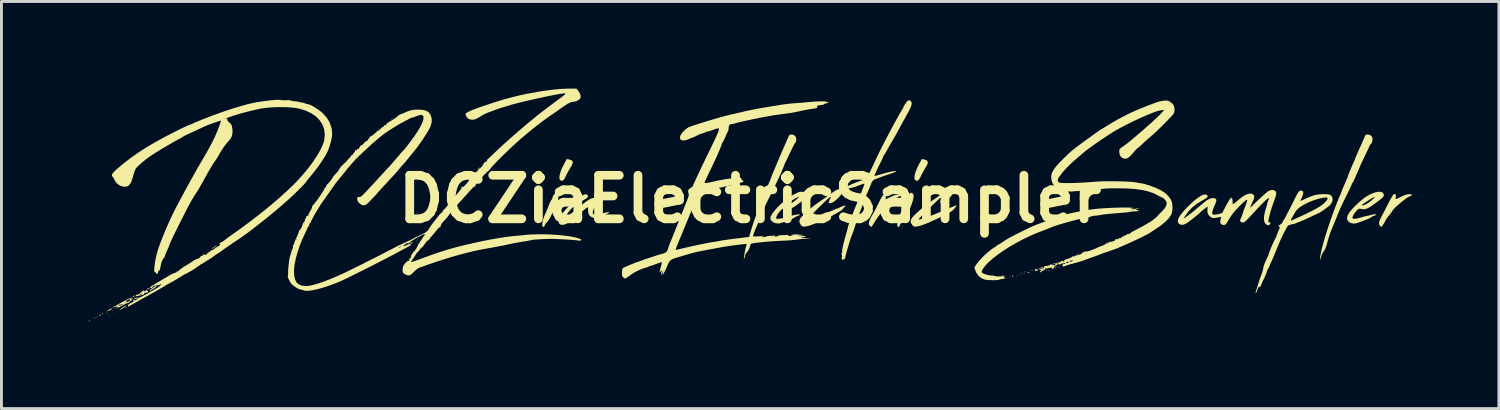
<source format=kicad_pcb>
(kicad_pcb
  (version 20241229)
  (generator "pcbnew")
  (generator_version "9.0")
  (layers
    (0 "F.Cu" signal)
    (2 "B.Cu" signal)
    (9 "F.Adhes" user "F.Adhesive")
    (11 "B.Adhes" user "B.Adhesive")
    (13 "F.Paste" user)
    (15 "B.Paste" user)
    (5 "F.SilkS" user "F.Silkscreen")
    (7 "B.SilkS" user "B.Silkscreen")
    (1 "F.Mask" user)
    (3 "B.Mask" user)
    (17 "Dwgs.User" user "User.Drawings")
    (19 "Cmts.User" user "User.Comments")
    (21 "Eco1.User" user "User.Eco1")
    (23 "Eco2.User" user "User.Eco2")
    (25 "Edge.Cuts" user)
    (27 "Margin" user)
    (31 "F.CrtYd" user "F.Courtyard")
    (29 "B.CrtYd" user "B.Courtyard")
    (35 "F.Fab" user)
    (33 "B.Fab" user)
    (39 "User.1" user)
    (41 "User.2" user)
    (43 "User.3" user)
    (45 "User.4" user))
  (footprint "DCZiaElectricSampler"
    (layer "F.Cu")
    (at 22.77 3.805)
    (property "Reference" "DCZiaElectricSampler" (at 0 0 0) (layer "F.SilkS") (effects (font (size 1.5 1.5) (thickness 0.3))))
    (attr board_only exclude_from_pos_files exclude_from_bom)
    (fp_poly (pts (xy -22.604 4.12) (xy -22.614 4.131) (xy -22.625 4.12) (xy -22.614 4.11)) (stroke (width 0) (type solid)) (fill yes) (layer "F.SilkS"))
    (fp_poly (pts (xy -22.561 4.099) (xy -22.572 4.11) (xy -22.582 4.099) (xy -22.572 4.089)) (stroke (width 0) (type solid)) (fill yes) (layer "F.SilkS"))
    (fp_poly (pts (xy -22.519 4.078) (xy -22.53 4.089) (xy -22.54 4.078) (xy -22.53 4.067)) (stroke (width 0) (type solid)) (fill yes) (layer "F.SilkS"))
    (fp_poly (pts (xy -22.477 4.057) (xy -22.487 4.067) (xy -22.498 4.057) (xy -22.487 4.046)) (stroke (width 0) (type solid)) (fill yes) (layer "F.SilkS"))
    (fp_poly (pts (xy -22.434 4.036) (xy -22.445 4.046) (xy -22.455 4.036) (xy -22.445 4.025)) (stroke (width 0) (type solid)) (fill yes) (layer "F.SilkS"))
    (fp_poly (pts (xy -22.328 4.163) (xy -22.339 4.173) (xy -22.349 4.163) (xy -22.339 4.152)) (stroke (width 0) (type solid)) (fill yes) (layer "F.SilkS"))
    (fp_poly (pts (xy -22.138 3.909) (xy -22.148 3.919) (xy -22.159 3.909) (xy -22.148 3.898)) (stroke (width 0) (type solid)) (fill yes) (layer "F.SilkS"))
    (fp_poly (pts (xy -22.138 3.951) (xy -22.148 3.961) (xy -22.159 3.951) (xy -22.148 3.94)) (stroke (width 0) (type solid)) (fill yes) (layer "F.SilkS"))
    (fp_poly (pts (xy -22.074 4.014) (xy -22.085 4.025) (xy -22.095 4.014) (xy -22.085 4.004)) (stroke (width 0) (type solid)) (fill yes) (layer "F.SilkS"))
    (fp_poly (pts (xy -22.032 3.993) (xy -22.042 4.004) (xy -22.053 3.993) (xy -22.042 3.983)) (stroke (width 0) (type solid)) (fill yes) (layer "F.SilkS"))
    (fp_poly (pts (xy -21.947 3.845) (xy -21.958 3.856) (xy -21.968 3.845) (xy -21.958 3.834)) (stroke (width 0) (type solid)) (fill yes) (layer "F.SilkS"))
    (fp_poly (pts (xy -21.883 3.909) (xy -21.894 3.919) (xy -21.905 3.909) (xy -21.894 3.898)) (stroke (width 0) (type solid)) (fill yes) (layer "F.SilkS"))
    (fp_poly (pts (xy -21.862 3.76) (xy -21.873 3.771) (xy -21.883 3.76) (xy -21.873 3.75)) (stroke (width 0) (type solid)) (fill yes) (layer "F.SilkS"))
    (fp_poly (pts (xy -21.481 3.739) (xy -21.491 3.75) (xy -21.502 3.739) (xy -21.491 3.728)) (stroke (width 0) (type solid)) (fill yes) (layer "F.SilkS"))
    (fp_poly (pts (xy -21.439 3.718) (xy -21.449 3.728) (xy -21.46 3.718) (xy -21.449 3.707)) (stroke (width 0) (type solid)) (fill yes) (layer "F.SilkS"))
    (fp_poly (pts (xy -21.354 3.464) (xy -21.364 3.474) (xy -21.375 3.464) (xy -21.364 3.453)) (stroke (width 0) (type solid)) (fill yes) (layer "F.SilkS"))
    (fp_poly (pts (xy -21.269 3.379) (xy -21.28 3.389) (xy -21.29 3.379) (xy -21.28 3.368)) (stroke (width 0) (type solid)) (fill yes) (layer "F.SilkS"))
    (fp_poly (pts (xy -20.655 3.082) (xy -20.665 3.093) (xy -20.676 3.082) (xy -20.665 3.072)) (stroke (width 0) (type solid)) (fill yes) (layer "F.SilkS"))
    (fp_poly (pts (xy -20.57 3.04) (xy -20.581 3.051) (xy -20.591 3.04) (xy -20.581 3.029)) (stroke (width 0) (type solid)) (fill yes) (layer "F.SilkS"))
    (fp_poly (pts (xy -18.727 1.854) (xy -18.738 1.864) (xy -18.748 1.854) (xy -18.738 1.843)) (stroke (width 0) (type solid)) (fill yes) (layer "F.SilkS"))
    (fp_poly (pts (xy -18.642 1.79) (xy -18.653 1.801) (xy -18.663 1.79) (xy -18.653 1.779)) (stroke (width 0) (type solid)) (fill yes) (layer "F.SilkS"))
    (fp_poly (pts (xy -15.804 1.727) (xy -15.814 1.737) (xy -15.825 1.727) (xy -15.814 1.716)) (stroke (width 0) (type solid)) (fill yes) (layer "F.SilkS"))
    (fp_poly (pts (xy -14.956 0.074) (xy -14.967 0.085) (xy -14.977 0.074) (xy -14.967 0.064)) (stroke (width 0) (type solid)) (fill yes) (layer "F.SilkS"))
    (fp_poly (pts (xy -14.85 -0.095) (xy -14.861 -0.085) (xy -14.871 -0.095) (xy -14.861 -0.106)) (stroke (width 0) (type solid)) (fill yes) (layer "F.SilkS"))
    (fp_poly (pts (xy -12.266 -2.786) (xy -12.276 -2.775) (xy -12.287 -2.786) (xy -12.276 -2.796)) (stroke (width 0) (type solid)) (fill yes) (layer "F.SilkS"))
    (fp_poly (pts (xy -11.863 1.578) (xy -11.874 1.589) (xy -11.884 1.578) (xy -11.874 1.568)) (stroke (width 0) (type solid)) (fill yes) (layer "F.SilkS"))
    (fp_poly (pts (xy -11.736 2.087) (xy -11.747 2.097) (xy -11.757 2.087) (xy -11.747 2.076)) (stroke (width 0) (type solid)) (fill yes) (layer "F.SilkS"))
    (fp_poly (pts (xy -11.482 1.472) (xy -11.492 1.483) (xy -11.503 1.472) (xy -11.492 1.462)) (stroke (width 0) (type solid)) (fill yes) (layer "F.SilkS"))
    (fp_poly (pts (xy -11.461 1.43) (xy -11.471 1.441) (xy -11.482 1.43) (xy -11.471 1.419)) (stroke (width 0) (type solid)) (fill yes) (layer "F.SilkS"))
    (fp_poly (pts (xy -11.44 1.388) (xy -11.45 1.398) (xy -11.461 1.388) (xy -11.45 1.377)) (stroke (width 0) (type solid)) (fill yes) (layer "F.SilkS"))
    (fp_poly (pts (xy -10.423 0.837) (xy -10.433 0.847) (xy -10.444 0.837) (xy -10.433 0.826)) (stroke (width 0) (type solid)) (fill yes) (layer "F.SilkS"))
    (fp_poly (pts (xy -10.338 0.794) (xy -10.349 0.805) (xy -10.359 0.794) (xy -10.349 0.784)) (stroke (width 0) (type solid)) (fill yes) (layer "F.SilkS"))
    (fp_poly (pts (xy -9.215 -1.176) (xy -9.226 -1.165) (xy -9.236 -1.176) (xy -9.226 -1.186)) (stroke (width 0) (type solid)) (fill yes) (layer "F.SilkS"))
    (fp_poly (pts (xy -0.212 2.129) (xy -0.222 2.14) (xy -0.233 2.129) (xy -0.222 2.118)) (stroke (width 0) (type solid)) (fill yes) (layer "F.SilkS"))
    (fp_poly (pts (xy 8.813 2.68) (xy 8.802 2.69) (xy 8.791 2.68) (xy 8.802 2.669)) (stroke (width 0) (type solid)) (fill yes) (layer "F.SilkS"))
    (fp_poly (pts (xy 8.834 2.722) (xy 8.823 2.733) (xy 8.813 2.722) (xy 8.823 2.712)) (stroke (width 0) (type solid)) (fill yes) (layer "F.SilkS"))
    (fp_poly (pts (xy 8.94 2.701) (xy 8.929 2.712) (xy 8.919 2.701) (xy 8.929 2.69)) (stroke (width 0) (type solid)) (fill yes) (layer "F.SilkS"))
    (fp_poly (pts (xy 8.982 2.616) (xy 8.972 2.627) (xy 8.961 2.616) (xy 8.972 2.606)) (stroke (width 0) (type solid)) (fill yes) (layer "F.SilkS"))
    (fp_poly (pts (xy 9.025 2.701) (xy 9.014 2.712) (xy 9.003 2.701) (xy 9.014 2.69)) (stroke (width 0) (type solid)) (fill yes) (layer "F.SilkS"))
    (fp_poly (pts (xy 9.173 2.659) (xy 9.162 2.669) (xy 9.152 2.659) (xy 9.162 2.648)) (stroke (width 0) (type solid)) (fill yes) (layer "F.SilkS"))
    (fp_poly (pts (xy 9.236 2.616) (xy 9.226 2.627) (xy 9.215 2.616) (xy 9.226 2.606)) (stroke (width 0) (type solid)) (fill yes) (layer "F.SilkS"))
    (fp_poly (pts (xy 9.279 2.595) (xy 9.268 2.606) (xy 9.258 2.595) (xy 9.268 2.584)) (stroke (width 0) (type solid)) (fill yes) (layer "F.SilkS"))
    (fp_poly (pts (xy 9.363 2.532) (xy 9.353 2.542) (xy 9.342 2.532) (xy 9.353 2.521)) (stroke (width 0) (type solid)) (fill yes) (layer "F.SilkS"))
    (fp_poly (pts (xy 9.363 2.574) (xy 9.353 2.584) (xy 9.342 2.574) (xy 9.353 2.563)) (stroke (width 0) (type solid)) (fill yes) (layer "F.SilkS"))
    (fp_poly (pts (xy 9.406 2.574) (xy 9.395 2.584) (xy 9.385 2.574) (xy 9.395 2.563)) (stroke (width 0) (type solid)) (fill yes) (layer "F.SilkS"))
    (fp_poly (pts (xy 9.469 2.553) (xy 9.459 2.563) (xy 9.448 2.553) (xy 9.459 2.542)) (stroke (width 0) (type solid)) (fill yes) (layer "F.SilkS"))
    (fp_poly (pts (xy 9.639 2.447) (xy 9.628 2.457) (xy 9.618 2.447) (xy 9.628 2.436)) (stroke (width 0) (type solid)) (fill yes) (layer "F.SilkS"))
    (fp_poly (pts (xy 9.681 2.468) (xy 9.671 2.479) (xy 9.66 2.468) (xy 9.671 2.457)) (stroke (width 0) (type solid)) (fill yes) (layer "F.SilkS"))
    (fp_poly (pts (xy 10.317 2.404) (xy 10.306 2.415) (xy 10.296 2.404) (xy 10.306 2.394)) (stroke (width 0) (type solid)) (fill yes) (layer "F.SilkS"))
    (fp_poly (pts (xy 10.338 2.447) (xy 10.327 2.457) (xy 10.317 2.447) (xy 10.327 2.436)) (stroke (width 0) (type solid)) (fill yes) (layer "F.SilkS"))
    (fp_poly (pts (xy 10.677 2.298) (xy 10.666 2.309) (xy 10.656 2.298) (xy 10.666 2.288)) (stroke (width 0) (type solid)) (fill yes) (layer "F.SilkS"))
    (fp_poly (pts (xy 10.889 2.044) (xy 10.878 2.055) (xy 10.868 2.044) (xy 10.878 2.034)) (stroke (width 0) (type solid)) (fill yes) (layer "F.SilkS"))
    (fp_poly (pts (xy 12.075 1.578) (xy 12.064 1.589) (xy 12.054 1.578) (xy 12.064 1.568)) (stroke (width 0) (type solid)) (fill yes) (layer "F.SilkS"))
    (fp_poly (pts (xy 12.181 1.557) (xy 12.17 1.568) (xy 12.16 1.557) (xy 12.17 1.546)) (stroke (width 0) (type solid)) (fill yes) (layer "F.SilkS"))
    (fp_poly (pts (xy 13.516 0.307) (xy 13.505 0.318) (xy 13.494 0.307) (xy 13.505 0.297)) (stroke (width 0) (type solid)) (fill yes) (layer "F.SilkS"))
    (fp_poly (pts (xy -21.424 3.502) (xy -21.427 3.515) (xy -21.439 3.517) (xy -21.456 3.509) (xy -21.453 3.502) (xy -21.428 3.5)) (stroke (width 0) (type solid)) (fill yes) (layer "F.SilkS"))
    (fp_poly (pts (xy -19.73 2.486) (xy -19.733 2.498) (xy -19.744 2.5) (xy -19.761 2.492) (xy -19.758 2.486) (xy -19.733 2.483)) (stroke (width 0) (type solid)) (fill yes) (layer "F.SilkS"))
    (fp_poly (pts (xy 8.784 2.634) (xy 8.782 2.647) (xy 8.77 2.648) (xy 8.753 2.64) (xy 8.756 2.634) (xy 8.781 2.631)) (stroke (width 0) (type solid)) (fill yes) (layer "F.SilkS"))
    (fp_poly (pts (xy 9.717 2.443) (xy 9.719 2.468) (xy 9.717 2.472) (xy 9.704 2.469) (xy 9.702 2.457) (xy 9.71 2.44)) (stroke (width 0) (type solid)) (fill yes) (layer "F.SilkS"))
    (fp_poly (pts (xy 10.225 2.422) (xy 10.222 2.435) (xy 10.211 2.436) (xy 10.193 2.428) (xy 10.197 2.422) (xy 10.222 2.42)) (stroke (width 0) (type solid)) (fill yes) (layer "F.SilkS"))
    (fp_poly (pts (xy 10.289 2.464) (xy 10.286 2.477) (xy 10.274 2.479) (xy 10.257 2.471) (xy 10.26 2.464) (xy 10.285 2.462)) (stroke (width 0) (type solid)) (fill yes) (layer "F.SilkS"))
    (fp_poly (pts (xy 10.608 2.317) (xy 10.601 2.327) (xy 10.58 2.329) (xy 10.557 2.323) (xy 10.567 2.316) (xy 10.6 2.313)) (stroke (width 0) (type solid)) (fill yes) (layer "F.SilkS"))
    (fp_poly (pts (xy 10.67 2.337) (xy 10.667 2.35) (xy 10.656 2.351) (xy 10.638 2.344) (xy 10.642 2.337) (xy 10.667 2.335)) (stroke (width 0) (type solid)) (fill yes) (layer "F.SilkS"))
    (fp_poly (pts (xy -22.72 4.177) (xy -22.726 4.193) (xy -22.746 4.204) (xy -22.77 4.21) (xy -22.76 4.195) (xy -22.758 4.192) (xy -22.73 4.175)) (stroke (width 0) (type solid)) (fill yes) (layer "F.SilkS"))
    (fp_poly (pts (xy -21.823 3.737) (xy -21.801 3.757) (xy -21.799 3.761) (xy -21.809 3.77) (xy -21.83 3.751) (xy -21.832 3.746) (xy -21.835 3.732)) (stroke (width 0) (type solid)) (fill yes) (layer "F.SilkS"))
    (fp_poly (pts (xy -20.702 3.067) (xy -20.697 3.083) (xy -20.7 3.11) (xy -20.718 3.107) (xy -20.736 3.096) (xy -20.752 3.078) (xy -20.731 3.065)) (stroke (width 0) (type solid)) (fill yes) (layer "F.SilkS"))
    (fp_poly (pts (xy 9.048 2.64) (xy 9.065 2.665) (xy 9.064 2.679) (xy 9.046 2.672) (xy 9.029 2.656) (xy 9.015 2.633) (xy 9.022 2.627)) (stroke (width 0) (type solid)) (fill yes) (layer "F.SilkS"))
    (fp_poly (pts (xy 10.528 2.346) (xy 10.536 2.361) (xy 10.541 2.391) (xy 10.527 2.385) (xy 10.517 2.371) (xy 10.511 2.344) (xy 10.513 2.339)) (stroke (width 0) (type solid)) (fill yes) (layer "F.SilkS"))
    (fp_poly (pts (xy 11.323 1.886) (xy 11.3 1.903) (xy 11.276 1.906) (xy 11.27 1.898) (xy 11.287 1.885) (xy 11.303 1.877) (xy 11.325 1.876)) (stroke (width 0) (type solid)) (fill yes) (layer "F.SilkS"))
    (fp_poly (pts (xy -22.272 3.932) (xy -22.275 3.94) (xy -22.294 3.96) (xy -22.298 3.961) (xy -22.307 3.945) (xy -22.307 3.94) (xy -22.291 3.92) (xy -22.285 3.919)) (stroke (width 0) (type solid)) (fill yes) (layer "F.SilkS"))
    (fp_poly (pts (xy -21.168 3.316) (xy -21.182 3.333) (xy -21.213 3.361) (xy -21.24 3.369) (xy -21.248 3.358) (xy -21.232 3.342) (xy -21.2 3.323) (xy -21.168 3.308)) (stroke (width 0) (type solid)) (fill yes) (layer "F.SilkS"))
    (fp_poly (pts (xy -12.738 -2.425) (xy -12.75 -2.41) (xy -12.781 -2.377) (xy -12.795 -2.377) (xy -12.795 -2.381) (xy -12.781 -2.398) (xy -12.758 -2.418) (xy -12.733 -2.436)) (stroke (width 0) (type solid)) (fill yes) (layer "F.SilkS"))
    (fp_poly (pts (xy -12.315 -2.761) (xy -12.319 -2.754) (xy -12.339 -2.734) (xy -12.342 -2.733) (xy -12.344 -2.746) (xy -12.34 -2.754) (xy -12.32 -2.774) (xy -12.316 -2.775)) (stroke (width 0) (type solid)) (fill yes) (layer "F.SilkS"))
    (fp_poly (pts (xy 9.484 2.492) (xy 9.48 2.5) (xy 9.46 2.52) (xy 9.456 2.521) (xy 9.455 2.507) (xy 9.459 2.5) (xy 9.479 2.48) (xy 9.482 2.479)) (stroke (width 0) (type solid)) (fill yes) (layer "F.SilkS"))
    (fp_poly (pts (xy 9.618 2.522) (xy 9.601 2.54) (xy 9.586 2.542) (xy 9.558 2.538) (xy 9.554 2.534) (xy 9.571 2.52) (xy 9.586 2.513) (xy 9.613 2.513)) (stroke (width 0) (type solid)) (fill yes) (layer "F.SilkS"))
    (fp_poly (pts (xy 10.527 2.207) (xy 10.512 2.222) (xy 10.507 2.224) (xy 10.469 2.243) (xy 10.45 2.24) (xy 10.454 2.224) (xy 10.485 2.206) (xy 10.503 2.203)) (stroke (width 0) (type solid)) (fill yes) (layer "F.SilkS"))
    (fp_poly (pts (xy -22.337 3.987) (xy -22.332 4.003) (xy -22.339 3.999) (xy -22.367 3.997) (xy -22.385 4.007) (xy -22.408 4.022) (xy -22.413 4.02) (xy -22.399 3.999) (xy -22.383 3.984) (xy -22.354 3.971)) (stroke (width 0) (type solid)) (fill yes) (layer "F.SilkS"))
    (fp_poly (pts (xy -9.285 -1.09) (xy -9.312 -1.06) (xy -9.319 -1.051) (xy -9.36 -1.009) (xy -9.378 -0.998) (xy -9.376 -1.016) (xy -9.373 -1.023) (xy -9.348 -1.054) (xy -9.315 -1.078) (xy -9.286 -1.095)) (stroke (width 0) (type solid)) (fill yes) (layer "F.SilkS"))
    (fp_poly (pts (xy 10.097 2.333) (xy 10.079 2.356) (xy 10.046 2.375) (xy 10.013 2.382) (xy 9.999 2.372) (xy 10.017 2.355) (xy 10.04 2.351) (xy 10.079 2.341) (xy 10.091 2.33) (xy 10.098 2.324)) (stroke (width 0) (type solid)) (fill yes) (layer "F.SilkS"))
    (fp_poly (pts (xy -18.346 1.596) (xy -18.362 1.611) (xy -18.406 1.642) (xy -18.457 1.674) (xy -18.509 1.704) (xy -18.537 1.717) (xy -18.536 1.711) (xy -18.502 1.683) (xy -18.454 1.651) (xy -18.404 1.621) (xy -18.364 1.6) (xy -18.346 1.595)) (stroke (width 0) (type solid)) (fill yes) (layer "F.SilkS"))
    (fp_poly (pts (xy -21.472 3.676) (xy -21.505 3.704) (xy -21.557 3.74) (xy -21.617 3.775) (xy -21.672 3.802) (xy -21.707 3.813) (xy -21.708 3.813) (xy -21.7 3.802) (xy -21.664 3.775) (xy -21.609 3.738) (xy -21.542 3.698) (xy -21.494 3.673) (xy -21.469 3.665)) (stroke (width 0) (type solid)) (fill yes) (layer "F.SilkS"))
    (fp_poly (pts (xy -21.981 3.784) (xy -22 3.806) (xy -22.025 3.826) (xy -22.032 3.825) (xy -22.048 3.825) (xy -22.089 3.841) (xy -22.101 3.847) (xy -22.139 3.864) (xy -22.151 3.865) (xy -22.148 3.861) (xy -22.115 3.836) (xy -22.068 3.806) (xy -22.019 3.778) (xy -21.982 3.761) (xy -21.968 3.76)) (stroke (width 0) (type solid)) (fill yes) (layer "F.SilkS"))
    (fp_poly (pts (xy -20.435 2.993) (xy -20.435 3.004) (xy -20.465 3.033) (xy -20.485 3.05) (xy -20.531 3.085) (xy -20.565 3.102) (xy -20.573 3.102) (xy -20.595 3.11) (xy -20.619 3.136) (xy -20.643 3.164) (xy -20.658 3.156) (xy -20.661 3.149) (xy -20.653 3.118) (xy -20.61 3.092) (xy -20.56 3.063) (xy -20.529 3.031) (xy -20.494 3.002) (xy -20.462 2.993)) (stroke (width 0) (type solid)) (fill yes) (layer "F.SilkS"))
    (fp_poly (pts (xy -6.231 -1.366) (xy -6.15 -1.341) (xy -6.108 -1.3) (xy -6.103 -1.242) (xy -6.135 -1.164) (xy -6.147 -1.144) (xy -6.244 -0.98) (xy -6.323 -0.832) (xy -6.343 -0.788) (xy -6.386 -0.705) (xy -6.421 -0.655) (xy -6.455 -0.634) (xy -6.495 -0.633) (xy -6.504 -0.635) (xy -6.545 -0.665) (xy -6.563 -0.725) (xy -6.558 -0.812) (xy -6.529 -0.922) (xy -6.479 -1.052) (xy -6.408 -1.198) (xy -6.404 -1.204) (xy -6.309 -1.381)) (stroke (width 0) (type solid)) (fill yes) (layer "F.SilkS"))
    (fp_poly (pts (xy 5.992 -1.366) (xy 6.073 -1.341) (xy 6.115 -1.3) (xy 6.12 -1.242) (xy 6.088 -1.164) (xy 6.076 -1.144) (xy 5.979 -0.98) (xy 5.901 -0.832) (xy 5.88 -0.788) (xy 5.838 -0.705) (xy 5.802 -0.655) (xy 5.768 -0.634) (xy 5.728 -0.633) (xy 5.72 -0.635) (xy 5.678 -0.665) (xy 5.66 -0.725) (xy 5.666 -0.812) (xy 5.694 -0.922) (xy 5.744 -1.052) (xy 5.816 -1.198) (xy 5.819 -1.204) (xy 5.915 -1.381)) (stroke (width 0) (type solid)) (fill yes) (layer "F.SilkS"))
    (fp_poly (pts (xy 9.902 2.414) (xy 9.907 2.428) (xy 9.9 2.456) (xy 9.895 2.459) (xy 9.867 2.463) (xy 9.83 2.47) (xy 9.797 2.472) (xy 9.804 2.461) (xy 9.805 2.46) (xy 9.824 2.442) (xy 9.815 2.436) (xy 9.851 2.436) (xy 9.858 2.454) (xy 9.865 2.45) (xy 9.867 2.425) (xy 9.865 2.422) (xy 9.852 2.425) (xy 9.851 2.436) (xy 9.815 2.436) (xy 9.805 2.43) (xy 9.789 2.42) (xy 9.808 2.415) (xy 9.859 2.408) (xy 9.874 2.405)) (stroke (width 0) (type solid)) (fill yes) (layer "F.SilkS"))
    (fp_poly (pts (xy -6.651 -0.211) (xy -6.634 -0.2) (xy -6.604 -0.171) (xy -6.592 -0.135) (xy -6.594 -0.075) (xy -6.594 -0.066) (xy -6.609 0.008) (xy -6.636 0.104) (xy -6.672 0.21) (xy -6.712 0.312) (xy -6.75 0.396) (xy -6.777 0.442) (xy -6.814 0.501) (xy -6.849 0.568) (xy -6.851 0.572) (xy -6.9 0.667) (xy -6.952 0.75) (xy -7 0.808) (xy -7.016 0.822) (xy -7.047 0.855) (xy -7.055 0.875) (xy -7.068 0.911) (xy -7.084 0.938) (xy -7.109 0.963) (xy -7.13 0.953) (xy -7.14 0.941) (xy -7.153 0.898) (xy -7.15 0.825) (xy -7.132 0.733) (xy -7.101 0.631) (xy -7.066 0.543) (xy -7.019 0.434) (xy -6.965 0.308) (xy -6.915 0.185) (xy -6.886 0.112) (xy -6.859 0.058) (xy -6.831 0.02) (xy -6.83 0.019) (xy -6.805 -0.021) (xy -6.8 -0.051) (xy -6.787 -0.096) (xy -6.754 -0.151) (xy -6.742 -0.166) (xy -6.704 -0.208) (xy -6.678 -0.222)) (stroke (width 0) (type solid)) (fill yes) (layer "F.SilkS"))
    (fp_poly (pts (xy 5.572 -0.211) (xy 5.589 -0.2) (xy 5.62 -0.171) (xy 5.632 -0.135) (xy 5.63 -0.075) (xy 5.629 -0.066) (xy 5.616 0.003) (xy 5.592 0.092) (xy 5.561 0.184) (xy 5.558 0.191) (xy 5.525 0.275) (xy 5.491 0.351) (xy 5.452 0.429) (xy 5.4 0.524) (xy 5.355 0.604) (xy 5.318 0.67) (xy 5.282 0.736) (xy 5.248 0.785) (xy 5.212 0.815) (xy 5.208 0.817) (xy 5.175 0.843) (xy 5.168 0.865) (xy 5.155 0.91) (xy 5.139 0.938) (xy 5.115 0.963) (xy 5.093 0.953) (xy 5.083 0.941) (xy 5.07 0.898) (xy 5.073 0.825) (xy 5.091 0.733) (xy 5.122 0.631) (xy 5.157 0.543) (xy 5.205 0.434) (xy 5.258 0.308) (xy 5.309 0.185) (xy 5.338 0.112) (xy 5.364 0.058) (xy 5.393 0.02) (xy 5.394 0.019) (xy 5.418 -0.021) (xy 5.423 -0.051) (xy 5.436 -0.096) (xy 5.469 -0.151) (xy 5.481 -0.166) (xy 5.519 -0.208) (xy 5.545 -0.222)) (stroke (width 0) (type solid)) (fill yes) (layer "F.SilkS"))
    (fp_poly (pts (xy -20.745 3.127) (xy -20.747 3.13) (xy -20.751 3.153) (xy -20.744 3.156) (xy -20.727 3.174) (xy -20.725 3.188) (xy -20.743 3.217) (xy -20.797 3.224) (xy -20.821 3.221) (xy -20.848 3.236) (xy -20.86 3.261) (xy -20.876 3.291) (xy -20.89 3.293) (xy -20.919 3.294) (xy -20.966 3.312) (xy -20.971 3.314) (xy -21.024 3.333) (xy -21.065 3.334) (xy -21.067 3.334) (xy -21.109 3.336) (xy -21.137 3.35) (xy -21.162 3.368) (xy -21.157 3.358) (xy -21.147 3.345) (xy -21.139 3.327) (xy -21.058 3.327) (xy -21.032 3.321) (xy -20.99 3.304) (xy -20.984 3.301) (xy -20.945 3.278) (xy -20.93 3.258) (xy -20.946 3.257) (xy -20.985 3.275) (xy -21.036 3.306) (xy -21.055 3.32) (xy -21.058 3.327) (xy -21.139 3.327) (xy -21.132 3.311) (xy -21.136 3.296) (xy -21.134 3.29) (xy -21.118 3.294) (xy -21.077 3.291) (xy -21.051 3.274) (xy -21.015 3.248) (xy -20.995 3.241) (xy -20.973 3.226) (xy -20.972 3.221) (xy -20.955 3.198) (xy -20.914 3.17) (xy -20.907 3.166) (xy -20.868 3.149) (xy -20.853 3.151) (xy -20.855 3.155) (xy -20.86 3.176) (xy -20.835 3.169) (xy -20.787 3.141) (xy -20.754 3.123)) (stroke (width 0) (type solid)) (fill yes) (layer "F.SilkS"))
    (fp_poly (pts (xy 22.223 -0.158) (xy 22.235 -0.109) (xy 22.231 -0.071) (xy 22.226 -0.024) (xy 22.23 -0.001) (xy 22.232 0) (xy 22.256 -0.009) (xy 22.309 -0.032) (xy 22.381 -0.066) (xy 22.421 -0.085) (xy 22.532 -0.134) (xy 22.618 -0.161) (xy 22.692 -0.169) (xy 22.695 -0.169) (xy 22.755 -0.167) (xy 22.781 -0.157) (xy 22.781 -0.138) (xy 22.752 -0.11) (xy 22.733 -0.106) (xy 22.694 -0.092) (xy 22.63 -0.054) (xy 22.551 0.002) (xy 22.461 0.071) (xy 22.369 0.147) (xy 22.281 0.224) (xy 22.204 0.297) (xy 22.144 0.36) (xy 22.109 0.407) (xy 22.106 0.414) (xy 22.079 0.459) (xy 22.035 0.516) (xy 22.01 0.544) (xy 21.953 0.615) (xy 21.9 0.695) (xy 21.886 0.72) (xy 21.841 0.803) (xy 21.797 0.875) (xy 21.76 0.927) (xy 21.735 0.952) (xy 21.731 0.953) (xy 21.707 0.94) (xy 21.684 0.92) (xy 21.655 0.865) (xy 21.658 0.788) (xy 21.695 0.687) (xy 21.717 0.644) (xy 21.749 0.582) (xy 21.796 0.492) (xy 21.852 0.384) (xy 21.912 0.266) (xy 21.95 0.191) (xy 22.007 0.081) (xy 22.06 -0.016) (xy 22.105 -0.093) (xy 22.137 -0.145) (xy 22.152 -0.164) (xy 22.194 -0.179)) (stroke (width 0) (type solid)) (fill yes) (layer "F.SilkS"))
    (fp_poly (pts (xy 5.237 -0.168) (xy 5.243 -0.159) (xy 5.229 -0.142) (xy 5.182 -0.11) (xy 5.14 -0.094) (xy 5.094 -0.077) (xy 5.072 -0.061) (xy 5.051 -0.041) (xy 5.004 -0.002) (xy 4.94 0.049) (xy 4.908 0.073) (xy 4.806 0.152) (xy 4.715 0.229) (xy 4.639 0.298) (xy 4.585 0.355) (xy 4.557 0.393) (xy 4.555 0.402) (xy 4.542 0.43) (xy 4.508 0.48) (xy 4.463 0.537) (xy 4.406 0.611) (xy 4.342 0.704) (xy 4.285 0.795) (xy 4.282 0.8) (xy 4.239 0.87) (xy 4.203 0.923) (xy 4.178 0.951) (xy 4.174 0.953) (xy 4.145 0.94) (xy 4.122 0.92) (xy 4.093 0.867) (xy 4.095 0.794) (xy 4.127 0.698) (xy 4.19 0.578) (xy 4.223 0.524) (xy 4.258 0.464) (xy 4.306 0.375) (xy 4.36 0.27) (xy 4.415 0.159) (xy 4.427 0.133) (xy 4.488 0.009) (xy 4.537 -0.079) (xy 4.577 -0.135) (xy 4.611 -0.163) (xy 4.642 -0.167) (xy 4.662 -0.158) (xy 4.676 -0.127) (xy 4.672 -0.072) (xy 4.667 -0.024) (xy 4.673 -0.000485) (xy 4.675 0.000095) (xy 4.701 -0.009) (xy 4.754 -0.033) (xy 4.825 -0.067) (xy 4.847 -0.078) (xy 4.961 -0.129) (xy 5.063 -0.157) (xy 5.132 -0.166) (xy 5.202 -0.17)) (stroke (width 0) (type solid)) (fill yes) (layer "F.SilkS"))
    (fp_poly (pts (xy -21.236 3.403) (xy -21.253 3.417) (xy -21.283 3.451) (xy -21.29 3.472) (xy -21.307 3.498) (xy -21.343 3.52) (xy -21.376 3.544) (xy -21.382 3.565) (xy -21.382 3.576) (xy -21.393 3.572) (xy -21.422 3.574) (xy -21.476 3.595) (xy -21.545 3.629) (xy -21.56 3.637) (xy -21.629 3.675) (xy -21.683 3.704) (xy -21.712 3.717) (xy -21.714 3.718) (xy -21.739 3.728) (xy -21.754 3.737) (xy -21.774 3.745) (xy -21.77 3.734) (xy -21.77 3.71) (xy -21.798 3.699) (xy -21.844 3.703) (xy -21.885 3.719) (xy -21.927 3.738) (xy -21.947 3.742) (xy -21.947 3.741) (xy -21.929 3.727) (xy -21.882 3.697) (xy -21.812 3.656) (xy -21.788 3.642) (xy -21.745 3.642) (xy -21.742 3.66) (xy -21.712 3.665) (xy -21.669 3.661) (xy -21.628 3.647) (xy -21.605 3.63) (xy -21.588 3.606) (xy -21.601 3.608) (xy -21.622 3.619) (xy -21.67 3.634) (xy -21.7 3.632) (xy -21.735 3.633) (xy -21.745 3.642) (xy -21.788 3.642) (xy -21.726 3.607) (xy -21.658 3.57) (xy -21.544 3.57) (xy -21.534 3.58) (xy -21.523 3.57) (xy -21.534 3.559) (xy -21.544 3.57) (xy -21.658 3.57) (xy -21.633 3.556) (xy -21.632 3.555) (xy -21.501 3.555) (xy -21.487 3.557) (xy -21.444 3.543) (xy -21.406 3.528) (xy -21.351 3.497) (xy -21.332 3.468) (xy -21.349 3.446) (xy -21.376 3.449) (xy -21.423 3.468) (xy -21.439 3.475) (xy -21.477 3.5) (xy -21.487 3.514) (xy -21.481 3.516) (xy -21.46 3.52) (xy -21.476 3.534) (xy -21.481 3.538) (xy -21.501 3.555) (xy -21.632 3.555) (xy -21.539 3.505) (xy -21.452 3.46) (xy -21.442 3.455) (xy -21.379 3.425) (xy -21.335 3.408) (xy -21.32 3.408) (xy -21.321 3.409) (xy -21.326 3.429) (xy -21.299 3.425) (xy -21.262 3.41) (xy -21.232 3.396)) (stroke (width 0) (type solid)) (fill yes) (layer "F.SilkS"))
    (fp_poly (pts (xy 10.586 2.217) (xy 10.586 2.224) (xy 10.578 2.259) (xy 10.563 2.267) (xy 10.534 2.28) (xy 10.496 2.313) (xy 10.461 2.352) (xy 10.439 2.387) (xy 10.438 2.402) (xy 10.435 2.414) (xy 10.426 2.415) (xy 10.404 2.398) (xy 10.402 2.383) (xy 10.384 2.364) (xy 10.342 2.358) (xy 10.291 2.365) (xy 10.259 2.379) (xy 10.221 2.385) (xy 10.201 2.381) (xy 10.169 2.383) (xy 10.154 2.413) (xy 10.14 2.443) (xy 10.117 2.437) (xy 10.112 2.434) (xy 10.081 2.419) (xy 10.069 2.423) (xy 10.072 2.435) (xy 10.08 2.436) (xy 10.104 2.451) (xy 10.105 2.459) (xy 10.092 2.472) (xy 10.086 2.469) (xy 10.059 2.474) (xy 10.041 2.489) (xy 10.008 2.517) (xy 9.983 2.517) (xy 9.978 2.501) (xy 9.985 2.489) (xy 9.999 2.489) (xy 10.01 2.5) (xy 10.02 2.489) (xy 10.01 2.479) (xy 9.999 2.489) (xy 9.985 2.489) (xy 9.994 2.475) (xy 10.015 2.459) (xy 10.038 2.443) (xy 10.023 2.437) (xy 10.007 2.437) (xy 9.965 2.423) (xy 9.949 2.404) (xy 9.946 2.382) (xy 9.971 2.39) (xy 9.971 2.391) (xy 10.015 2.399) (xy 10.067 2.389) (xy 10.11 2.366) (xy 10.126 2.339) (xy 10.137 2.312) (xy 10.146 2.309) (xy 10.18 2.302) (xy 10.204 2.295) (xy 10.23 2.289) (xy 10.224 2.308) (xy 10.221 2.311) (xy 10.217 2.322) (xy 10.22 2.32) (xy 10.402 2.32) (xy 10.412 2.33) (xy 10.423 2.32) (xy 10.412 2.309) (xy 10.402 2.32) (xy 10.22 2.32) (xy 10.235 2.305) (xy 10.28 2.278) (xy 10.308 2.281) (xy 10.333 2.285) (xy 10.328 2.267) (xy 10.325 2.249) (xy 10.355 2.248) (xy 10.372 2.25) (xy 10.433 2.264) (xy 10.476 2.278) (xy 10.503 2.285) (xy 10.504 2.279) (xy 10.507 2.254) (xy 10.53 2.223) (xy 10.565 2.19) (xy 10.58 2.188)) (stroke (width 0) (type solid)) (fill yes) (layer "F.SilkS"))
    (fp_poly (pts (xy 21.706 -0.252) (xy 21.773 -0.23) (xy 21.812 -0.185) (xy 21.82 -0.144) (xy 21.817 -0.116) (xy 21.804 -0.088) (xy 21.776 -0.055) (xy 21.729 -0.013) (xy 21.657 0.044) (xy 21.557 0.12) (xy 21.544 0.13) (xy 21.417 0.221) (xy 21.315 0.286) (xy 21.23 0.327) (xy 21.155 0.346) (xy 21.085 0.347) (xy 21.015 0.332) (xy 20.966 0.329) (xy 20.92 0.359) (xy 20.914 0.365) (xy 20.843 0.444) (xy 20.786 0.521) (xy 20.75 0.588) (xy 20.739 0.628) (xy 20.747 0.663) (xy 20.776 0.677) (xy 20.806 0.678) (xy 20.882 0.67) (xy 20.975 0.65) (xy 21.066 0.622) (xy 21.089 0.614) (xy 21.138 0.599) (xy 21.203 0.585) (xy 21.216 0.583) (xy 21.291 0.568) (xy 21.375 0.546) (xy 21.401 0.538) (xy 21.485 0.518) (xy 21.536 0.525) (xy 21.552 0.54) (xy 21.537 0.554) (xy 21.489 0.572) (xy 21.435 0.592) (xy 21.4 0.609) (xy 21.396 0.612) (xy 21.357 0.641) (xy 21.281 0.679) (xy 21.172 0.725) (xy 21.045 0.772) (xy 20.946 0.807) (xy 20.875 0.829) (xy 20.824 0.84) (xy 20.78 0.841) (xy 20.735 0.834) (xy 20.699 0.826) (xy 20.637 0.8) (xy 20.589 0.76) (xy 20.588 0.759) (xy 20.555 0.693) (xy 20.555 0.618) (xy 20.587 0.532) (xy 20.652 0.431) (xy 20.753 0.314) (xy 20.842 0.225) (xy 20.864 0.204) (xy 21.057 0.204) (xy 21.074 0.215) (xy 21.117 0.209) (xy 21.174 0.19) (xy 21.235 0.16) (xy 21.249 0.151) (xy 21.311 0.109) (xy 21.374 0.06) (xy 21.431 0.01) (xy 21.477 -0.033) (xy 21.504 -0.064) (xy 21.505 -0.077) (xy 21.502 -0.077) (xy 21.467 -0.063) (xy 21.412 -0.034) (xy 21.375 -0.012) (xy 21.264 0.06) (xy 21.172 0.12) (xy 21.104 0.166) (xy 21.065 0.195) (xy 21.057 0.204) (xy 20.864 0.204) (xy 20.978 0.097) (xy 21.098 -0.004) (xy 21.209 -0.084) (xy 21.32 -0.149) (xy 21.389 -0.183) (xy 21.509 -0.229) (xy 21.616 -0.252)) (stroke (width 0) (type solid)) (fill yes) (layer "F.SilkS"))
    (fp_poly (pts (xy -5.612 -0.154) (xy -5.591 -0.136) (xy -5.575 -0.101) (xy -5.589 -0.065) (xy -5.637 -0.024) (xy -5.72 0.026) (xy -5.824 0.088) (xy -5.932 0.159) (xy -6.034 0.232) (xy -6.119 0.3) (xy -6.171 0.349) (xy -6.212 0.398) (xy -6.259 0.46) (xy -6.305 0.525) (xy -6.343 0.584) (xy -6.367 0.628) (xy -6.372 0.647) (xy -6.352 0.638) (xy -6.306 0.607) (xy -6.237 0.557) (xy -6.153 0.493) (xy -6.059 0.418) (xy -5.959 0.338) (xy -5.86 0.256) (xy -5.858 0.254) (xy -5.713 0.137) (xy -5.594 0.05) (xy -5.496 -0.008) (xy -5.416 -0.037) (xy -5.353 -0.04) (xy -5.303 -0.017) (xy -5.286 -0.000246) (xy -5.268 0.022) (xy -5.262 0.045) (xy -5.268 0.079) (xy -5.29 0.134) (xy -5.322 0.206) (xy -5.374 0.324) (xy -5.406 0.413) (xy -5.416 0.476) (xy -5.401 0.515) (xy -5.358 0.533) (xy -5.284 0.531) (xy -5.176 0.512) (xy -5.032 0.478) (xy -4.982 0.465) (xy -4.899 0.447) (xy -4.855 0.445) (xy -4.85 0.457) (xy -4.883 0.483) (xy -4.955 0.523) (xy -5.007 0.549) (xy -5.136 0.606) (xy -5.236 0.641) (xy -5.316 0.655) (xy -5.383 0.648) (xy -5.445 0.623) (xy -5.459 0.615) (xy -5.525 0.563) (xy -5.561 0.497) (xy -5.574 0.406) (xy -5.575 0.379) (xy -5.577 0.319) (xy -5.584 0.282) (xy -5.589 0.276) (xy -5.609 0.289) (xy -5.656 0.325) (xy -5.725 0.379) (xy -5.81 0.448) (xy -5.9 0.523) (xy -6.002 0.607) (xy -6.1 0.686) (xy -6.187 0.754) (xy -6.255 0.805) (xy -6.291 0.83) (xy -6.381 0.874) (xy -6.464 0.888) (xy -6.532 0.873) (xy -6.555 0.856) (xy -6.581 0.824) (xy -6.591 0.785) (xy -6.589 0.723) (xy -6.589 0.72) (xy -6.568 0.653) (xy -6.518 0.567) (xy -6.444 0.468) (xy -6.352 0.362) (xy -6.247 0.252) (xy -6.135 0.145) (xy -6.021 0.046) (xy -5.91 -0.04) (xy -5.808 -0.108) (xy -5.721 -0.153) (xy -5.654 -0.169) (xy -5.654 -0.169)) (stroke (width 0) (type solid)) (fill yes) (layer "F.SilkS"))
    (fp_poly (pts (xy 1.872 -0.246) (xy 1.934 -0.227) (xy 1.944 -0.221) (xy 1.98 -0.188) (xy 1.992 -0.153) (xy 1.979 -0.111) (xy 1.936 -0.058) (xy 1.864 0.008) (xy 1.758 0.093) (xy 1.737 0.109) (xy 1.608 0.204) (xy 1.504 0.274) (xy 1.42 0.32) (xy 1.35 0.346) (xy 1.289 0.352) (xy 1.23 0.343) (xy 1.216 0.338) (xy 1.161 0.326) (xy 1.121 0.336) (xy 1.09 0.358) (xy 1.028 0.418) (xy 0.968 0.494) (xy 0.922 0.572) (xy 0.904 0.62) (xy 0.897 0.66) (xy 0.914 0.676) (xy 0.954 0.678) (xy 1.023 0.672) (xy 1.113 0.656) (xy 1.202 0.634) (xy 1.26 0.616) (xy 1.324 0.595) (xy 1.406 0.574) (xy 1.495 0.553) (xy 1.581 0.537) (xy 1.652 0.526) (xy 1.698 0.524) (xy 1.708 0.526) (xy 1.716 0.541) (xy 1.685 0.56) (xy 1.658 0.571) (xy 1.587 0.601) (xy 1.522 0.638) (xy 1.518 0.642) (xy 1.47 0.668) (xy 1.394 0.702) (xy 1.3 0.739) (xy 1.201 0.776) (xy 1.108 0.808) (xy 1.032 0.83) (xy 0.996 0.838) (xy 0.937 0.837) (xy 0.872 0.827) (xy 0.793 0.793) (xy 0.732 0.739) (xy 0.701 0.676) (xy 0.699 0.655) (xy 0.716 0.59) (xy 0.763 0.506) (xy 0.834 0.409) (xy 0.925 0.304) (xy 1.021 0.206) (xy 1.239 0.206) (xy 1.257 0.212) (xy 1.261 0.212) (xy 1.308 0.202) (xy 1.368 0.179) (xy 1.38 0.173) (xy 1.429 0.144) (xy 1.489 0.1) (xy 1.551 0.051) (xy 1.609 0.001) (xy 1.654 -0.041) (xy 1.678 -0.071) (xy 1.678 -0.08) (xy 1.651 -0.072) (xy 1.599 -0.046) (xy 1.53 -0.006) (xy 1.453 0.042) (xy 1.377 0.092) (xy 1.31 0.139) (xy 1.292 0.153) (xy 1.249 0.189) (xy 1.239 0.206) (xy 1.021 0.206) (xy 1.03 0.197) (xy 1.145 0.093) (xy 1.263 -0.004) (xy 1.38 -0.087) (xy 1.49 -0.152) (xy 1.508 -0.16) (xy 1.576 -0.193) (xy 1.633 -0.221) (xy 1.657 -0.234) (xy 1.715 -0.25) (xy 1.793 -0.254)) (stroke (width 0) (type solid)) (fill yes) (layer "F.SilkS"))
    (fp_poly (pts (xy 6.914 -0.331) (xy 6.936 -0.316) (xy 6.977 -0.272) (xy 6.99 -0.226) (xy 6.972 -0.172) (xy 6.922 -0.103) (xy 6.856 -0.032) (xy 6.782 0.036) (xy 6.716 0.088) (xy 6.666 0.115) (xy 6.66 0.117) (xy 6.607 0.13) (xy 6.572 0.139) (xy 6.55 0.132) (xy 6.55 0.092) (xy 6.572 0.022) (xy 6.578 0.007) (xy 6.601 -0.051) (xy 6.605 -0.076) (xy 6.588 -0.071) (xy 6.551 -0.045) (xy 6.521 -0.02) (xy 6.469 0.029) (xy 6.399 0.095) (xy 6.316 0.175) (xy 6.226 0.262) (xy 6.133 0.353) (xy 6.043 0.442) (xy 5.961 0.525) (xy 5.891 0.595) (xy 5.839 0.649) (xy 5.809 0.682) (xy 5.805 0.689) (xy 5.822 0.698) (xy 5.835 0.699) (xy 5.869 0.692) (xy 5.932 0.674) (xy 6.014 0.648) (xy 6.104 0.617) (xy 6.19 0.586) (xy 6.263 0.558) (xy 6.292 0.546) (xy 6.344 0.524) (xy 6.422 0.492) (xy 6.515 0.455) (xy 6.567 0.434) (xy 6.655 0.399) (xy 6.729 0.367) (xy 6.779 0.343) (xy 6.795 0.334) (xy 6.818 0.323) (xy 6.821 0.328) (xy 6.834 0.331) (xy 6.848 0.322) (xy 6.877 0.306) (xy 6.93 0.282) (xy 6.994 0.255) (xy 7.056 0.23) (xy 7.101 0.215) (xy 7.114 0.212) (xy 7.108 0.227) (xy 7.083 0.265) (xy 7.072 0.281) (xy 7.039 0.324) (xy 7.001 0.364) (xy 6.955 0.404) (xy 6.896 0.444) (xy 6.82 0.489) (xy 6.724 0.54) (xy 6.602 0.599) (xy 6.452 0.669) (xy 6.268 0.752) (xy 6.175 0.793) (xy 6.023 0.858) (xy 5.902 0.903) (xy 5.806 0.931) (xy 5.744 0.942) (xy 5.679 0.947) (xy 5.639 0.939) (xy 5.605 0.912) (xy 5.584 0.888) (xy 5.543 0.827) (xy 5.528 0.768) (xy 5.542 0.705) (xy 5.586 0.634) (xy 5.662 0.549) (xy 5.741 0.474) (xy 5.864 0.364) (xy 5.978 0.269) (xy 6.094 0.179) (xy 6.226 0.083) (xy 6.313 0.023) (xy 6.411 -0.044) (xy 6.509 -0.112) (xy 6.595 -0.173) (xy 6.652 -0.213) (xy 6.742 -0.278) (xy 6.806 -0.319) (xy 6.851 -0.34) (xy 6.885 -0.343)) (stroke (width 0) (type solid)) (fill yes) (layer "F.SilkS"))
    (fp_poly (pts (xy 3.077 -0.337) (xy 3.084 -0.334) (xy 3.133 -0.296) (xy 3.161 -0.243) (xy 3.162 -0.191) (xy 3.153 -0.172) (xy 3.099 -0.109) (xy 3.033 -0.039) (xy 2.964 0.027) (xy 2.903 0.078) (xy 2.87 0.1) (xy 2.818 0.122) (xy 2.764 0.136) (xy 2.725 0.137) (xy 2.712 0.128) (xy 2.719 0.085) (xy 2.736 0.032) (xy 2.756 -0.015) (xy 2.774 -0.041) (xy 2.777 -0.042) (xy 2.789 -0.055) (xy 2.786 -0.064) (xy 2.775 -0.071) (xy 2.758 -0.067) (xy 2.73 -0.05) (xy 2.688 -0.016) (xy 2.628 0.037) (xy 2.549 0.112) (xy 2.447 0.212) (xy 2.318 0.338) (xy 2.312 0.344) (xy 2.214 0.442) (xy 2.13 0.529) (xy 2.062 0.602) (xy 2.014 0.657) (xy 1.99 0.689) (xy 1.99 0.695) (xy 2.019 0.692) (xy 2.078 0.677) (xy 2.157 0.654) (xy 2.245 0.627) (xy 2.333 0.597) (xy 2.411 0.568) (xy 2.469 0.544) (xy 2.479 0.539) (xy 2.521 0.52) (xy 2.591 0.49) (xy 2.678 0.455) (xy 2.733 0.433) (xy 2.82 0.398) (xy 2.894 0.367) (xy 2.945 0.343) (xy 2.961 0.334) (xy 2.983 0.323) (xy 2.987 0.327) (xy 3.003 0.328) (xy 3.041 0.311) (xy 3.045 0.309) (xy 3.114 0.274) (xy 3.183 0.246) (xy 3.241 0.226) (xy 3.276 0.221) (xy 3.281 0.223) (xy 3.279 0.244) (xy 3.271 0.25) (xy 3.245 0.276) (xy 3.21 0.321) (xy 3.205 0.329) (xy 3.161 0.372) (xy 3.081 0.428) (xy 2.972 0.493) (xy 2.837 0.566) (xy 2.682 0.642) (xy 2.512 0.721) (xy 2.341 0.795) (xy 2.287 0.817) (xy 2.213 0.848) (xy 2.146 0.875) (xy 2.058 0.907) (xy 1.967 0.932) (xy 1.91 0.942) (xy 1.845 0.947) (xy 1.804 0.939) (xy 1.771 0.912) (xy 1.75 0.888) (xy 1.706 0.816) (xy 1.698 0.744) (xy 1.728 0.668) (xy 1.796 0.584) (xy 1.834 0.547) (xy 1.9 0.485) (xy 1.966 0.425) (xy 2.001 0.392) (xy 2.084 0.32) (xy 2.187 0.237) (xy 2.295 0.156) (xy 2.392 0.088) (xy 2.415 0.072) (xy 2.477 0.031) (xy 2.558 -0.025) (xy 2.644 -0.087) (xy 2.669 -0.105) (xy 2.792 -0.194) (xy 2.887 -0.26) (xy 2.958 -0.304) (xy 3.01 -0.33) (xy 3.048 -0.34)) (stroke (width 0) (type solid)) (fill yes) (layer "F.SilkS"))
    (fp_poly (pts (xy 21.347 -2.208) (xy 21.402 -2.159) (xy 21.427 -2.102) (xy 21.43 -2.057) (xy 21.422 -2.001) (xy 21.406 -1.947) (xy 21.386 -1.912) (xy 21.376 -1.907) (xy 21.359 -1.889) (xy 21.333 -1.843) (xy 21.316 -1.806) (xy 21.291 -1.75) (xy 21.252 -1.667) (xy 21.204 -1.565) (xy 21.151 -1.455) (xy 21.133 -1.417) (xy 21.084 -1.316) (xy 21.043 -1.229) (xy 21.013 -1.162) (xy 20.996 -1.123) (xy 20.994 -1.116) (xy 20.985 -1.092) (xy 20.963 -1.04) (xy 20.932 -0.969) (xy 20.923 -0.949) (xy 20.883 -0.86) (xy 20.844 -0.772) (xy 20.814 -0.702) (xy 20.813 -0.699) (xy 20.784 -0.635) (xy 20.756 -0.584) (xy 20.746 -0.57) (xy 20.723 -0.535) (xy 20.718 -0.518) (xy 20.709 -0.494) (xy 20.684 -0.439) (xy 20.647 -0.358) (xy 20.599 -0.258) (xy 20.546 -0.149) (xy 20.474 -0.004) (xy 20.418 0.112) (xy 20.373 0.206) (xy 20.336 0.285) (xy 20.303 0.358) (xy 20.271 0.433) (xy 20.236 0.518) (xy 20.195 0.62) (xy 20.18 0.657) (xy 20.135 0.769) (xy 20.09 0.878) (xy 20.051 0.971) (xy 20.023 1.038) (xy 20.018 1.049) (xy 19.981 1.141) (xy 19.938 1.271) (xy 19.89 1.432) (xy 19.845 1.599) (xy 19.824 1.662) (xy 19.799 1.71) (xy 19.794 1.718) (xy 19.77 1.765) (xy 19.763 1.802) (xy 19.761 1.837) (xy 19.753 1.832) (xy 19.744 1.811) (xy 19.73 1.781) (xy 19.725 1.791) (xy 19.724 1.812) (xy 19.713 1.859) (xy 19.701 1.878) (xy 19.68 1.915) (xy 19.669 1.951) (xy 19.655 2.01) (xy 19.638 2.065) (xy 19.627 2.093) (xy 19.623 2.088) (xy 19.624 2.046) (xy 19.628 2.002) (xy 19.642 1.899) (xy 19.671 1.763) (xy 19.713 1.599) (xy 19.765 1.412) (xy 19.826 1.209) (xy 19.894 0.994) (xy 19.968 0.773) (xy 20.045 0.552) (xy 20.124 0.336) (xy 20.203 0.131) (xy 20.28 -0.057) (xy 20.315 -0.138) (xy 20.343 -0.204) (xy 20.365 -0.264) (xy 20.369 -0.275) (xy 20.384 -0.316) (xy 20.412 -0.385) (xy 20.449 -0.471) (xy 20.48 -0.54) (xy 20.519 -0.629) (xy 20.552 -0.707) (xy 20.574 -0.763) (xy 20.581 -0.786) (xy 20.592 -0.818) (xy 20.616 -0.881) (xy 20.65 -0.966) (xy 20.691 -1.065) (xy 20.735 -1.168) (xy 20.779 -1.269) (xy 20.805 -1.328) (xy 20.829 -1.384) (xy 20.844 -1.421) (xy 20.845 -1.429) (xy 20.854 -1.452) (xy 20.876 -1.505) (xy 20.908 -1.579) (xy 20.938 -1.647) (xy 21.004 -1.793) (xy 21.055 -1.906) (xy 21.093 -1.992) (xy 21.121 -2.057) (xy 21.142 -2.105) (xy 21.158 -2.143) (xy 21.162 -2.156) (xy 21.186 -2.202) (xy 21.22 -2.221) (xy 21.268 -2.224)) (stroke (width 0) (type solid)) (fill yes) (layer "F.SilkS"))
    (fp_poly (pts (xy 13.016 0.29) (xy 13.108 0.293) (xy 13.172 0.299) (xy 13.203 0.307) (xy 13.201 0.315) (xy 13.158 0.326) (xy 13.127 0.323) (xy 13.096 0.319) (xy 13.093 0.324) (xy 13.124 0.34) (xy 13.174 0.348) (xy 13.222 0.349) (xy 13.25 0.34) (xy 13.251 0.339) (xy 13.279 0.326) (xy 13.331 0.321) (xy 13.342 0.321) (xy 13.42 0.324) (xy 13.336 0.338) (xy 13.285 0.35) (xy 13.275 0.362) (xy 13.285 0.368) (xy 13.329 0.378) (xy 13.346 0.377) (xy 13.376 0.386) (xy 13.381 0.394) (xy 13.367 0.409) (xy 13.311 0.418) (xy 13.248 0.421) (xy 13.173 0.425) (xy 13.115 0.431) (xy 13.087 0.437) (xy 13.06 0.443) (xy 12.998 0.451) (xy 12.909 0.461) (xy 12.8 0.471) (xy 12.703 0.479) (xy 12.541 0.492) (xy 12.415 0.503) (xy 12.316 0.512) (xy 12.239 0.52) (xy 12.177 0.527) (xy 12.122 0.535) (xy 12.068 0.544) (xy 12.04 0.55) (xy 11.96 0.562) (xy 11.885 0.57) (xy 11.851 0.572) (xy 11.781 0.582) (xy 11.723 0.604) (xy 11.661 0.627) (xy 11.608 0.635) (xy 11.561 0.641) (xy 11.484 0.655) (xy 11.384 0.677) (xy 11.273 0.703) (xy 11.158 0.732) (xy 11.122 0.742) (xy 10.931 0.794) (xy 10.775 0.838) (xy 10.649 0.875) (xy 10.546 0.907) (xy 10.462 0.935) (xy 10.39 0.962) (xy 10.324 0.989) (xy 10.296 1.001) (xy 10.215 1.035) (xy 10.125 1.07) (xy 10.094 1.081) (xy 9.862 1.169) (xy 9.625 1.273) (xy 9.388 1.388) (xy 9.156 1.512) (xy 8.932 1.642) (xy 8.722 1.776) (xy 8.528 1.911) (xy 8.357 2.044) (xy 8.212 2.172) (xy 8.097 2.292) (xy 8.017 2.402) (xy 8.005 2.423) (xy 7.979 2.477) (xy 7.975 2.508) (xy 7.989 2.533) (xy 7.993 2.537) (xy 8.039 2.565) (xy 8.113 2.593) (xy 8.199 2.615) (xy 8.283 2.629) (xy 8.331 2.631) (xy 8.382 2.632) (xy 8.409 2.64) (xy 8.41 2.643) (xy 8.43 2.651) (xy 8.48 2.658) (xy 8.548 2.661) (xy 8.618 2.66) (xy 8.668 2.654) (xy 8.686 2.645) (xy 8.702 2.628) (xy 8.71 2.627) (xy 8.725 2.635) (xy 8.722 2.64) (xy 8.726 2.661) (xy 8.754 2.69) (xy 8.781 2.714) (xy 8.78 2.727) (xy 8.748 2.737) (xy 8.706 2.745) (xy 8.647 2.755) (xy 8.608 2.762) (xy 8.601 2.764) (xy 8.575 2.774) (xy 8.569 2.777) (xy 8.533 2.785) (xy 8.466 2.789) (xy 8.38 2.791) (xy 8.286 2.789) (xy 8.196 2.784) (xy 8.12 2.776) (xy 8.088 2.771) (xy 7.97 2.725) (xy 7.868 2.644) (xy 7.79 2.534) (xy 7.757 2.457) (xy 7.737 2.392) (xy 7.728 2.346) (xy 7.73 2.33) (xy 7.751 2.313) (xy 7.769 2.283) (xy 7.807 2.224) (xy 7.874 2.141) (xy 7.967 2.037) (xy 8.029 1.973) (xy 8.085 1.919) (xy 8.155 1.857) (xy 8.23 1.794) (xy 8.303 1.736) (xy 8.366 1.689) (xy 8.411 1.659) (xy 8.428 1.652) (xy 8.454 1.638) (xy 8.484 1.61) (xy 8.519 1.578) (xy 8.542 1.568) (xy 8.568 1.557) (xy 8.617 1.527) (xy 8.68 1.486) (xy 8.681 1.486) (xy 8.757 1.435) (xy 8.821 1.393) (xy 8.883 1.356) (xy 8.952 1.318) (xy 9.035 1.274) (xy 9.143 1.219) (xy 9.226 1.177) (xy 9.411 1.085) (xy 9.575 1.006) (xy 9.714 0.941) (xy 9.825 0.893) (xy 9.903 0.864) (xy 9.904 0.864) (xy 9.973 0.839) (xy 10.031 0.817) (xy 10.082 0.796) (xy 10.163 0.767) (xy 10.262 0.731) (xy 10.367 0.694) (xy 10.467 0.659) (xy 10.552 0.63) (xy 10.597 0.615) (xy 10.654 0.603) (xy 10.696 0.603) (xy 10.701 0.606) (xy 10.716 0.608) (xy 10.712 0.599) (xy 10.724 0.583) (xy 10.772 0.561) (xy 10.851 0.535) (xy 10.956 0.507) (xy 11.082 0.477) (xy 11.222 0.447) (xy 11.371 0.417) (xy 11.525 0.39) (xy 11.677 0.366) (xy 11.823 0.346) (xy 11.874 0.34) (xy 12.008 0.327) (xy 12.155 0.316) (xy 12.31 0.307) (xy 12.467 0.299) (xy 12.621 0.294) (xy 12.767 0.29) (xy 12.9 0.289)) (stroke (width 0) (type solid)) (fill yes) (layer "F.SilkS"))
    (fp_poly (pts (xy 19.001 -0.286) (xy 19.039 -0.256) (xy 19.046 -0.199) (xy 19.022 -0.113) (xy 18.998 -0.058) (xy 18.969 0.004) (xy 18.95 0.048) (xy 18.947 0.064) (xy 18.969 0.055) (xy 19.02 0.033) (xy 19.092 0.001) (xy 19.14 -0.021) (xy 19.236 -0.063) (xy 19.333 -0.102) (xy 19.414 -0.132) (xy 19.436 -0.139) (xy 19.52 -0.156) (xy 19.623 -0.167) (xy 19.733 -0.171) (xy 19.837 -0.17) (xy 19.921 -0.161) (xy 19.961 -0.151) (xy 20.022 -0.107) (xy 20.053 -0.042) (xy 20.054 0.039) (xy 20.025 0.125) (xy 19.982 0.19) (xy 19.949 0.222) (xy 19.892 0.267) (xy 19.822 0.321) (xy 19.746 0.375) (xy 19.674 0.425) (xy 19.614 0.464) (xy 19.574 0.485) (xy 19.566 0.487) (xy 19.545 0.496) (xy 19.493 0.52) (xy 19.416 0.555) (xy 19.322 0.6) (xy 19.275 0.622) (xy 19.167 0.673) (xy 19.065 0.719) (xy 18.98 0.756) (xy 18.92 0.78) (xy 18.907 0.784) (xy 18.849 0.804) (xy 18.807 0.822) (xy 18.801 0.826) (xy 18.77 0.838) (xy 18.712 0.855) (xy 18.648 0.87) (xy 18.575 0.887) (xy 18.531 0.906) (xy 18.5 0.937) (xy 18.469 0.992) (xy 18.457 1.016) (xy 18.425 1.079) (xy 18.399 1.126) (xy 18.388 1.144) (xy 18.373 1.169) (xy 18.345 1.225) (xy 18.308 1.306) (xy 18.264 1.404) (xy 18.217 1.512) (xy 18.17 1.621) (xy 18.127 1.726) (xy 18.09 1.818) (xy 18.08 1.843) (xy 18.039 1.945) (xy 17.995 2.049) (xy 17.955 2.136) (xy 17.941 2.165) (xy 17.909 2.232) (xy 17.887 2.285) (xy 17.88 2.311) (xy 17.868 2.343) (xy 17.84 2.39) (xy 17.836 2.396) (xy 17.81 2.436) (xy 17.801 2.457) (xy 17.802 2.457) (xy 17.801 2.475) (xy 17.786 2.521) (xy 17.761 2.584) (xy 17.731 2.655) (xy 17.7 2.724) (xy 17.672 2.779) (xy 17.641 2.842) (xy 17.608 2.92) (xy 17.594 2.955) (xy 17.571 3.008) (xy 17.553 3.036) (xy 17.546 3.034) (xy 17.529 3.01) (xy 17.509 3.024) (xy 17.482 3.078) (xy 17.466 3.125) (xy 17.442 3.185) (xy 17.421 3.226) (xy 17.406 3.244) (xy 17.401 3.233) (xy 17.411 3.189) (xy 17.413 3.183) (xy 17.426 3.139) (xy 17.449 3.066) (xy 17.478 2.974) (xy 17.5 2.902) (xy 17.53 2.809) (xy 17.556 2.728) (xy 17.576 2.671) (xy 17.585 2.648) (xy 17.607 2.595) (xy 17.633 2.517) (xy 17.657 2.431) (xy 17.674 2.356) (xy 17.679 2.326) (xy 17.693 2.275) (xy 17.721 2.2) (xy 17.758 2.115) (xy 17.773 2.083) (xy 17.811 2.004) (xy 17.84 1.938) (xy 17.856 1.897) (xy 17.858 1.888) (xy 17.867 1.856) (xy 17.888 1.795) (xy 17.92 1.715) (xy 17.956 1.627) (xy 17.994 1.539) (xy 18.03 1.462) (xy 18.058 1.406) (xy 18.059 1.405) (xy 18.096 1.331) (xy 18.128 1.255) (xy 18.135 1.235) (xy 18.161 1.163) (xy 18.194 1.084) (xy 18.204 1.062) (xy 18.229 1.005) (xy 18.235 0.973) (xy 18.224 0.953) (xy 18.212 0.943) (xy 18.194 0.924) (xy 18.203 0.906) (xy 18.245 0.88) (xy 18.252 0.877) (xy 18.309 0.833) (xy 18.338 0.784) (xy 18.357 0.735) (xy 18.368 0.72) (xy 18.622 0.72) (xy 18.625 0.741) (xy 18.627 0.741) (xy 18.648 0.733) (xy 18.7 0.71) (xy 18.777 0.675) (xy 18.872 0.632) (xy 18.929 0.606) (xy 19.15 0.502) (xy 19.334 0.411) (xy 19.485 0.33) (xy 19.607 0.258) (xy 19.687 0.204) (xy 19.764 0.141) (xy 19.826 0.076) (xy 19.869 0.018) (xy 19.885 -0.027) (xy 19.882 -0.042) (xy 19.85 -0.056) (xy 19.786 -0.056) (xy 19.697 -0.042) (xy 19.59 -0.017) (xy 19.473 0.017) (xy 19.352 0.059) (xy 19.234 0.108) (xy 19.175 0.135) (xy 19.025 0.215) (xy 18.91 0.291) (xy 18.825 0.368) (xy 18.764 0.451) (xy 18.756 0.466) (xy 18.716 0.537) (xy 18.677 0.604) (xy 18.664 0.625) (xy 18.636 0.678) (xy 18.622 0.72) (xy 18.368 0.72) (xy 18.376 0.71) (xy 18.399 0.68) (xy 18.43 0.625) (xy 18.457 0.572) (xy 18.498 0.488) (xy 18.543 0.401) (xy 18.565 0.36) (xy 18.594 0.305) (xy 18.636 0.223) (xy 18.686 0.123) (xy 18.739 0.016) (xy 18.749 -0.005) (xy 18.808 -0.122) (xy 18.855 -0.205) (xy 18.893 -0.258) (xy 18.928 -0.286) (xy 18.963 -0.294)) (stroke (width 0) (type solid)) (fill yes) (layer "F.SilkS"))
    (fp_poly (pts (xy 5.498 -3.398) (xy 5.533 -3.376) (xy 5.557 -3.345) (xy 5.567 -3.306) (xy 5.561 -3.253) (xy 5.539 -3.183) (xy 5.498 -3.092) (xy 5.437 -2.974) (xy 5.355 -2.826) (xy 5.339 -2.796) (xy 5.283 -2.698) (xy 5.223 -2.589) (xy 5.171 -2.493) (xy 5.169 -2.489) (xy 5.093 -2.347) (xy 5.033 -2.237) (xy 4.984 -2.15) (xy 4.943 -2.081) (xy 4.94 -2.076) (xy 4.909 -2.024) (xy 4.865 -1.949) (xy 4.814 -1.86) (xy 4.762 -1.767) (xy 4.713 -1.681) (xy 4.674 -1.611) (xy 4.651 -1.568) (xy 4.65 -1.566) (xy 4.627 -1.533) (xy 4.613 -1.525) (xy 4.599 -1.508) (xy 4.597 -1.493) (xy 4.587 -1.458) (xy 4.563 -1.4) (xy 4.534 -1.342) (xy 4.504 -1.284) (xy 4.466 -1.207) (xy 4.423 -1.118) (xy 4.38 -1.026) (xy 4.34 -0.939) (xy 4.307 -0.867) (xy 4.286 -0.816) (xy 4.279 -0.798) (xy 4.298 -0.799) (xy 4.347 -0.81) (xy 4.416 -0.829) (xy 4.422 -0.83) (xy 4.57 -0.873) (xy 4.685 -0.905) (xy 4.773 -0.928) (xy 4.841 -0.944) (xy 4.898 -0.955) (xy 4.947 -0.962) (xy 5.007 -0.967) (xy 5.031 -0.965) (xy 5.025 -0.953) (xy 5.015 -0.945) (xy 4.977 -0.925) (xy 4.912 -0.899) (xy 4.833 -0.873) (xy 4.825 -0.87) (xy 4.726 -0.838) (xy 4.612 -0.799) (xy 4.506 -0.761) (xy 4.502 -0.759) (xy 4.417 -0.727) (xy 4.341 -0.698) (xy 4.288 -0.679) (xy 4.279 -0.675) (xy 4.236 -0.643) (xy 4.194 -0.586) (xy 4.165 -0.521) (xy 4.161 -0.508) (xy 4.158 -0.497) (xy 4.149 -0.475) (xy 4.133 -0.436) (xy 4.107 -0.374) (xy 4.069 -0.285) (xy 4.02 -0.169) (xy 3.979 -0.072) (xy 3.931 0.051) (xy 3.877 0.192) (xy 3.821 0.342) (xy 3.765 0.494) (xy 3.713 0.64) (xy 3.667 0.771) (xy 3.63 0.881) (xy 3.605 0.961) (xy 3.601 0.974) (xy 3.581 1.042) (xy 3.563 1.098) (xy 3.557 1.112) (xy 3.517 1.212) (xy 3.475 1.322) (xy 3.44 1.425) (xy 3.422 1.483) (xy 3.403 1.548) (xy 3.377 1.637) (xy 3.348 1.735) (xy 3.339 1.764) (xy 3.314 1.851) (xy 3.295 1.925) (xy 3.285 1.976) (xy 3.284 1.988) (xy 3.276 2.022) (xy 3.258 2.058) (xy 3.238 2.084) (xy 3.224 2.089) (xy 3.221 2.079) (xy 3.215 2.06) (xy 3.193 2.072) (xy 3.185 2.079) (xy 3.164 2.092) (xy 3.156 2.082) (xy 3.158 2.041) (xy 3.161 2.009) (xy 3.162 1.981) (xy 3.22 1.981) (xy 3.231 1.991) (xy 3.241 1.981) (xy 3.231 1.97) (xy 3.22 1.981) (xy 3.162 1.981) (xy 3.163 1.941) (xy 3.155 1.895) (xy 3.149 1.887) (xy 3.14 1.868) (xy 3.155 1.864) (xy 3.174 1.848) (xy 3.171 1.82) (xy 3.171 1.773) (xy 3.183 1.69) (xy 3.208 1.574) (xy 3.244 1.43) (xy 3.291 1.26) (xy 3.294 1.25) (xy 3.322 1.152) (xy 3.348 1.055) (xy 3.367 0.977) (xy 3.37 0.964) (xy 3.382 0.923) (xy 3.401 0.864) (xy 3.428 0.786) (xy 3.466 0.686) (xy 3.515 0.559) (xy 3.575 0.405) (xy 3.649 0.219) (xy 3.737 -0.001) (xy 3.815 -0.195) (xy 3.858 -0.302) (xy 3.894 -0.396) (xy 3.922 -0.47) (xy 3.938 -0.516) (xy 3.94 -0.527) (xy 3.923 -0.53) (xy 3.876 -0.519) (xy 3.811 -0.495) (xy 3.808 -0.494) (xy 3.645 -0.433) (xy 3.504 -0.391) (xy 3.39 -0.369) (xy 3.306 -0.367) (xy 3.263 -0.381) (xy 3.245 -0.398) (xy 3.266 -0.41) (xy 3.274 -0.413) (xy 3.312 -0.428) (xy 3.377 -0.456) (xy 3.453 -0.491) (xy 3.464 -0.496) (xy 3.554 -0.536) (xy 3.665 -0.58) (xy 3.778 -0.621) (xy 3.811 -0.632) (xy 3.896 -0.661) (xy 3.963 -0.684) (xy 4.006 -0.7) (xy 4.015 -0.704) (xy 4.026 -0.726) (xy 4.052 -0.779) (xy 4.09 -0.856) (xy 4.136 -0.952) (xy 4.186 -1.058) (xy 4.239 -1.168) (xy 4.289 -1.275) (xy 4.335 -1.373) (xy 4.371 -1.451) (xy 4.419 -1.551) (xy 4.479 -1.674) (xy 4.549 -1.813) (xy 4.627 -1.965) (xy 4.71 -2.124) (xy 4.795 -2.286) (xy 4.88 -2.446) (xy 4.962 -2.598) (xy 5.039 -2.739) (xy 5.108 -2.864) (xy 5.167 -2.967) (xy 5.213 -3.043) (xy 5.243 -3.089) (xy 5.25 -3.098) (xy 5.272 -3.134) (xy 5.275 -3.148) (xy 5.287 -3.186) (xy 5.319 -3.242) (xy 5.361 -3.304) (xy 5.404 -3.36) (xy 5.44 -3.396) (xy 5.451 -3.402)) (stroke (width 0) (type solid)) (fill yes) (layer "F.SilkS"))
    (fp_poly (pts (xy 18.065 -0.294) (xy 18.106 -0.249) (xy 18.117 -0.194) (xy 18.109 -0.15) (xy 18.089 -0.077) (xy 18.059 0.014) (xy 18.029 0.098) (xy 17.963 0.284) (xy 17.908 0.465) (xy 17.867 0.629) (xy 17.849 0.728) (xy 17.843 0.78) (xy 17.85 0.801) (xy 17.874 0.8) (xy 17.879 0.799) (xy 17.911 0.799) (xy 17.915 0.828) (xy 17.915 0.829) (xy 17.893 0.88) (xy 17.847 0.897) (xy 17.822 0.895) (xy 17.757 0.864) (xy 17.713 0.801) (xy 17.693 0.709) (xy 17.696 0.591) (xy 17.722 0.451) (xy 17.74 0.388) (xy 17.767 0.299) (xy 17.79 0.216) (xy 17.805 0.155) (xy 17.806 0.148) (xy 17.826 0.078) (xy 17.851 0.016) (xy 17.868 -0.028) (xy 17.858 -0.04) (xy 17.824 -0.021) (xy 17.764 0.028) (xy 17.681 0.107) (xy 17.575 0.214) (xy 17.447 0.348) (xy 17.318 0.487) (xy 17.216 0.598) (xy 17.137 0.681) (xy 17.078 0.739) (xy 17.034 0.777) (xy 17.001 0.797) (xy 16.975 0.805) (xy 16.969 0.805) (xy 16.907 0.792) (xy 16.873 0.758) (xy 16.874 0.71) (xy 16.883 0.693) (xy 16.903 0.65) (xy 16.93 0.582) (xy 16.958 0.502) (xy 16.959 0.499) (xy 16.993 0.396) (xy 17.034 0.285) (xy 17.063 0.208) (xy 17.098 0.117) (xy 17.114 0.057) (xy 17.111 0.028) (xy 17.087 0.03) (xy 17.039 0.063) (xy 16.967 0.128) (xy 16.87 0.222) (xy 16.752 0.343) (xy 16.658 0.449) (xy 16.579 0.551) (xy 16.506 0.661) (xy 16.43 0.789) (xy 16.394 0.848) (xy 16.363 0.878) (xy 16.326 0.889) (xy 16.3 0.89) (xy 16.233 0.874) (xy 16.196 0.829) (xy 16.188 0.755) (xy 16.2 0.696) (xy 16.222 0.61) (xy 16.156 0.623) (xy 16.057 0.641) (xy 15.99 0.65) (xy 15.944 0.651) (xy 15.909 0.643) (xy 15.875 0.625) (xy 15.86 0.617) (xy 15.787 0.55) (xy 15.749 0.462) (xy 15.747 0.352) (xy 15.747 0.348) (xy 15.753 0.289) (xy 15.748 0.266) (xy 15.734 0.268) (xy 15.702 0.29) (xy 15.65 0.331) (xy 15.589 0.38) (xy 15.531 0.429) (xy 15.488 0.466) (xy 15.475 0.478) (xy 15.438 0.513) (xy 15.376 0.565) (xy 15.299 0.628) (xy 15.215 0.694) (xy 15.135 0.755) (xy 15.067 0.805) (xy 15.025 0.834) (xy 14.93 0.878) (xy 14.846 0.886) (xy 14.778 0.858) (xy 14.765 0.847) (xy 14.732 0.795) (xy 14.727 0.732) (xy 14.751 0.655) (xy 14.807 0.562) (xy 14.894 0.45) (xy 15.015 0.316) (xy 15.026 0.305) (xy 15.167 0.165) (xy 15.3 0.046) (xy 15.421 -0.048) (xy 15.528 -0.116) (xy 15.617 -0.154) (xy 15.684 -0.161) (xy 15.69 -0.16) (xy 15.739 -0.134) (xy 15.756 -0.096) (xy 15.737 -0.058) (xy 15.705 -0.035) (xy 15.648 0.002) (xy 15.575 0.044) (xy 15.56 0.052) (xy 15.374 0.167) (xy 15.22 0.289) (xy 15.09 0.426) (xy 14.974 0.589) (xy 14.973 0.591) (xy 14.927 0.662) (xy 14.979 0.635) (xy 15.017 0.61) (xy 15.078 0.566) (xy 15.151 0.511) (xy 15.225 0.452) (xy 15.291 0.399) (xy 15.338 0.358) (xy 15.34 0.356) (xy 15.371 0.329) (xy 15.424 0.285) (xy 15.475 0.244) (xy 15.541 0.19) (xy 15.602 0.14) (xy 15.634 0.111) (xy 15.739 0.03) (xy 15.841 -0.021) (xy 15.934 -0.039) (xy 16.013 -0.023) (xy 16.017 -0.02) (xy 16.044 0.002) (xy 16.055 0.035) (xy 16.046 0.086) (xy 16.018 0.162) (xy 15.984 0.239) (xy 15.935 0.357) (xy 15.912 0.447) (xy 15.915 0.506) (xy 15.944 0.533) (xy 15.946 0.534) (xy 15.993 0.535) (xy 16.059 0.527) (xy 16.132 0.513) (xy 16.2 0.496) (xy 16.249 0.478) (xy 16.267 0.465) (xy 16.286 0.419) (xy 16.321 0.348) (xy 16.365 0.264) (xy 16.413 0.176) (xy 16.46 0.093) (xy 16.5 0.027) (xy 16.527 -0.013) (xy 16.53 -0.016) (xy 16.562 -0.048) (xy 16.581 -0.048) (xy 16.595 -0.028) (xy 16.608 0.018) (xy 16.612 0.079) (xy 16.612 0.081) (xy 16.614 0.136) (xy 16.62 0.171) (xy 16.621 0.173) (xy 16.64 0.167) (xy 16.683 0.138) (xy 16.742 0.09) (xy 16.785 0.052) (xy 16.925 -0.065) (xy 17.051 -0.144) (xy 17.162 -0.185) (xy 17.256 -0.188) (xy 17.306 -0.17) (xy 17.341 -0.142) (xy 17.357 -0.103) (xy 17.353 -0.046) (xy 17.327 0.033) (xy 17.28 0.141) (xy 17.259 0.185) (xy 17.228 0.254) (xy 17.217 0.288) (xy 17.228 0.289) (xy 17.26 0.259) (xy 17.272 0.247) (xy 17.33 0.188) (xy 17.406 0.114) (xy 17.493 0.032) (xy 17.583 -0.051) (xy 17.67 -0.13) (xy 17.747 -0.198) (xy 17.807 -0.249) (xy 17.844 -0.276) (xy 17.844 -0.277) (xy 17.925 -0.31) (xy 18.001 -0.315)) (stroke (width 0) (type solid)) (fill yes) (layer "F.SilkS"))
    (fp_poly (pts (xy 14.407 -3.385) (xy 14.424 -3.375) (xy 14.451 -3.353) (xy 14.49 -3.33) (xy 14.555 -3.275) (xy 14.598 -3.194) (xy 14.616 -3.098) (xy 14.606 -3) (xy 14.584 -2.942) (xy 14.56 -2.91) (xy 14.511 -2.854) (xy 14.441 -2.78) (xy 14.356 -2.693) (xy 14.262 -2.597) (xy 14.163 -2.498) (xy 14.065 -2.403) (xy 13.972 -2.314) (xy 13.892 -2.239) (xy 13.827 -2.183) (xy 13.823 -2.179) (xy 13.697 -2.072) (xy 13.583 -1.969) (xy 13.477 -1.87) (xy 13.419 -1.816) (xy 13.372 -1.777) (xy 13.346 -1.759) (xy 13.344 -1.758) (xy 13.324 -1.743) (xy 13.284 -1.702) (xy 13.229 -1.641) (xy 13.186 -1.59) (xy 13.102 -1.496) (xy 13.034 -1.434) (xy 12.975 -1.4) (xy 12.916 -1.391) (xy 12.852 -1.403) (xy 12.847 -1.404) (xy 12.774 -1.447) (xy 12.729 -1.522) (xy 12.711 -1.628) (xy 12.711 -1.647) (xy 12.713 -1.691) (xy 12.726 -1.723) (xy 12.757 -1.755) (xy 12.813 -1.795) (xy 12.843 -1.816) (xy 12.917 -1.868) (xy 13.009 -1.938) (xy 13.104 -2.014) (xy 13.156 -2.058) (xy 13.241 -2.13) (xy 13.324 -2.201) (xy 13.394 -2.259) (xy 13.428 -2.288) (xy 13.499 -2.348) (xy 13.572 -2.412) (xy 13.598 -2.436) (xy 13.662 -2.495) (xy 13.73 -2.554) (xy 13.75 -2.571) (xy 13.82 -2.632) (xy 13.908 -2.714) (xy 14.004 -2.805) (xy 14.095 -2.894) (xy 14.17 -2.972) (xy 14.18 -2.982) (xy 14.264 -3.073) (xy 14.17 -3.06) (xy 14.104 -3.049) (xy 14.041 -3.035) (xy 13.971 -3.014) (xy 13.888 -2.983) (xy 13.782 -2.941) (xy 13.653 -2.888) (xy 13.416 -2.784) (xy 13.177 -2.672) (xy 12.944 -2.556) (xy 12.727 -2.442) (xy 12.535 -2.333) (xy 12.403 -2.251) (xy 12.221 -2.132) (xy 12.045 -2.013) (xy 11.881 -1.9) (xy 11.734 -1.794) (xy 11.607 -1.701) (xy 11.507 -1.622) (xy 11.437 -1.562) (xy 11.431 -1.557) (xy 11.395 -1.525) (xy 11.336 -1.475) (xy 11.265 -1.415) (xy 11.228 -1.384) (xy 11.128 -1.298) (xy 11.023 -1.2) (xy 10.919 -1.097) (xy 10.827 -0.999) (xy 10.753 -0.913) (xy 10.719 -0.869) (xy 10.685 -0.82) (xy 10.659 -0.788) (xy 10.655 -0.784) (xy 10.626 -0.745) (xy 10.602 -0.688) (xy 10.592 -0.636) (xy 10.612 -0.593) (xy 10.646 -0.571) (xy 10.699 -0.561) (xy 10.79 -0.555) (xy 10.912 -0.552) (xy 11.063 -0.554) (xy 11.235 -0.559) (xy 11.426 -0.568) (xy 11.63 -0.58) (xy 11.842 -0.595) (xy 11.937 -0.603) (xy 12.042 -0.61) (xy 12.174 -0.614) (xy 12.326 -0.615) (xy 12.489 -0.615) (xy 12.657 -0.613) (xy 12.82 -0.609) (xy 12.971 -0.604) (xy 13.101 -0.596) (xy 13.202 -0.588) (xy 13.251 -0.581) (xy 13.344 -0.565) (xy 13.428 -0.551) (xy 13.489 -0.541) (xy 13.504 -0.539) (xy 13.551 -0.528) (xy 13.626 -0.507) (xy 13.716 -0.48) (xy 13.769 -0.463) (xy 13.979 -0.385) (xy 14.151 -0.302) (xy 14.29 -0.211) (xy 14.398 -0.109) (xy 14.481 0.006) (xy 14.496 0.032) (xy 14.528 0.125) (xy 14.543 0.239) (xy 14.542 0.36) (xy 14.523 0.471) (xy 14.497 0.54) (xy 14.413 0.662) (xy 14.29 0.788) (xy 14.129 0.918) (xy 14.003 1.005) (xy 13.924 1.057) (xy 13.851 1.104) (xy 13.798 1.14) (xy 13.787 1.147) (xy 13.718 1.189) (xy 13.616 1.243) (xy 13.486 1.309) (xy 13.332 1.383) (xy 13.161 1.463) (xy 12.977 1.546) (xy 12.795 1.625) (xy 12.724 1.656) (xy 12.654 1.687) (xy 12.653 1.687) (xy 12.606 1.706) (xy 12.53 1.734) (xy 12.435 1.767) (xy 12.335 1.801) (xy 12.235 1.835) (xy 12.147 1.866) (xy 12.08 1.89) (xy 12.044 1.905) (xy 12.043 1.905) (xy 12.005 1.92) (xy 11.938 1.946) (xy 11.854 1.976) (xy 11.81 1.991) (xy 11.712 2.026) (xy 11.614 2.062) (xy 11.535 2.092) (xy 11.514 2.1) (xy 11.449 2.122) (xy 11.357 2.151) (xy 11.25 2.182) (xy 11.169 2.204) (xy 11.071 2.23) (xy 10.985 2.254) (xy 10.923 2.274) (xy 10.893 2.285) (xy 10.851 2.302) (xy 10.806 2.315) (xy 10.77 2.321) (xy 10.754 2.319) (xy 10.762 2.31) (xy 10.779 2.292) (xy 10.767 2.288) (xy 10.74 2.28) (xy 10.746 2.263) (xy 10.779 2.245) (xy 10.805 2.238) (xy 10.849 2.222) (xy 10.856 2.201) (xy 10.836 2.19) (xy 10.828 2.198) (xy 10.798 2.212) (xy 10.773 2.212) (xy 10.728 2.214) (xy 10.709 2.222) (xy 10.673 2.244) (xy 10.639 2.255) (xy 10.622 2.252) (xy 10.624 2.245) (xy 10.623 2.226) (xy 10.615 2.224) (xy 10.603 2.209) (xy 10.607 2.188) (xy 10.622 2.168) (xy 10.629 2.177) (xy 10.648 2.184) (xy 10.672 2.167) (xy 10.871 2.167) (xy 10.876 2.179) (xy 10.909 2.201) (xy 10.947 2.197) (xy 10.962 2.183) (xy 10.96 2.156) (xy 10.954 2.151) (xy 10.927 2.154) (xy 10.921 2.161) (xy 10.894 2.172) (xy 10.884 2.168) (xy 10.871 2.167) (xy 10.672 2.167) (xy 10.682 2.16) (xy 10.721 2.133) (xy 10.756 2.119) (xy 10.776 2.122) (xy 10.772 2.14) (xy 10.772 2.159) (xy 10.779 2.161) (xy 10.797 2.146) (xy 11.003 2.146) (xy 11.008 2.159) (xy 11.024 2.161) (xy 11.068 2.147) (xy 11.096 2.126) (xy 11.117 2.102) (xy 11.105 2.1) (xy 11.078 2.107) (xy 11.029 2.127) (xy 11.003 2.146) (xy 10.797 2.146) (xy 10.801 2.143) (xy 10.809 2.123) (xy 10.838 2.092) (xy 10.907 2.063) (xy 10.928 2.058) (xy 10.997 2.036) (xy 11.051 2.012) (xy 11.069 1.999) (xy 11.098 1.974) (xy 11.11 1.969) (xy 11.172 1.969) (xy 11.198 1.959) (xy 11.197 1.951) (xy 11.203 1.937) (xy 11.222 1.937) (xy 11.261 1.934) (xy 11.315 1.921) (xy 11.37 1.901) (xy 11.412 1.881) (xy 11.429 1.865) (xy 11.428 1.863) (xy 11.438 1.846) (xy 11.462 1.832) (xy 11.524 1.832) (xy 11.535 1.843) (xy 11.545 1.832) (xy 11.535 1.822) (xy 11.524 1.832) (xy 11.462 1.832) (xy 11.473 1.826) (xy 11.517 1.809) (xy 11.553 1.802) (xy 11.558 1.803) (xy 11.596 1.801) (xy 11.657 1.787) (xy 11.725 1.766) (xy 11.757 1.754) (xy 11.815 1.731) (xy 11.853 1.716) (xy 11.896 1.699) (xy 11.959 1.671) (xy 12.001 1.652) (xy 12.068 1.624) (xy 12.124 1.604) (xy 12.147 1.599) (xy 12.193 1.58) (xy 12.211 1.564) (xy 12.243 1.534) (xy 12.269 1.534) (xy 12.274 1.545) (xy 12.286 1.546) (xy 12.314 1.531) (xy 12.319 1.526) (xy 12.315 1.513) (xy 12.299 1.517) (xy 12.269 1.534) (xy 12.243 1.534) (xy 12.255 1.523) (xy 12.31 1.496) (xy 12.358 1.49) (xy 12.364 1.492) (xy 12.384 1.492) (xy 12.38 1.479) (xy 12.379 1.463) (xy 12.399 1.468) (xy 12.439 1.468) (xy 12.497 1.452) (xy 12.522 1.442) (xy 12.567 1.418) (xy 12.585 1.399) (xy 12.581 1.394) (xy 12.574 1.383) (xy 12.6 1.372) (xy 12.632 1.369) (xy 12.635 1.379) (xy 12.64 1.389) (xy 12.657 1.385) (xy 12.685 1.365) (xy 12.689 1.354) (xy 12.705 1.344) (xy 12.72 1.348) (xy 12.755 1.342) (xy 12.792 1.317) (xy 12.826 1.29) (xy 12.847 1.287) (xy 12.858 1.283) (xy 12.859 1.272) (xy 12.874 1.255) (xy 12.889 1.257) (xy 12.924 1.251) (xy 12.957 1.226) (xy 13.006 1.195) (xy 13.049 1.196) (xy 13.08 1.2) (xy 13.077 1.191) (xy 13.083 1.175) (xy 13.128 1.143) (xy 13.209 1.096) (xy 13.316 1.04) (xy 13.42 0.986) (xy 13.516 0.935) (xy 13.595 0.891) (xy 13.649 0.86) (xy 13.655 0.855) (xy 13.703 0.824) (xy 13.734 0.807) (xy 13.738 0.805) (xy 13.764 0.793) (xy 13.812 0.761) (xy 13.871 0.717) (xy 13.932 0.67) (xy 13.983 0.627) (xy 14.015 0.596) (xy 14.018 0.593) (xy 14.049 0.556) (xy 14.1 0.502) (xy 14.154 0.449) (xy 14.256 0.341) (xy 14.319 0.245) (xy 14.344 0.16) (xy 14.331 0.084) (xy 14.28 0.014) (xy 14.267 0.002) (xy 14.219 -0.037) (xy 14.182 -0.06) (xy 14.173 -0.064) (xy 14.145 -0.074) (xy 14.094 -0.099) (xy 14.051 -0.123) (xy 13.893 -0.202) (xy 13.713 -0.265) (xy 13.507 -0.313) (xy 13.272 -0.346) (xy 13.003 -0.366) (xy 12.785 -0.372) (xy 12.641 -0.373) (xy 12.503 -0.372) (xy 12.379 -0.37) (xy 12.278 -0.366) (xy 12.209 -0.361) (xy 12.202 -0.36) (xy 12.129 -0.352) (xy 12.026 -0.342) (xy 11.906 -0.331) (xy 11.782 -0.321) (xy 11.757 -0.319) (xy 11.617 -0.308) (xy 11.462 -0.295) (xy 11.312 -0.283) (xy 11.187 -0.272) (xy 11.043 -0.262) (xy 10.936 -0.261) (xy 10.864 -0.268) (xy 10.848 -0.271) (xy 10.778 -0.291) (xy 10.697 -0.313) (xy 10.677 -0.318) (xy 10.573 -0.366) (xy 10.483 -0.446) (xy 10.415 -0.548) (xy 10.38 -0.648) (xy 10.368 -0.728) (xy 10.37 -0.803) (xy 10.386 -0.879) (xy 10.42 -0.958) (xy 10.474 -1.044) (xy 10.55 -1.142) (xy 10.651 -1.254) (xy 10.779 -1.384) (xy 10.937 -1.536) (xy 11.002 -1.598) (xy 11.056 -1.647) (xy 11.096 -1.682) (xy 11.114 -1.695) (xy 11.134 -1.707) (xy 11.159 -1.727) (xy 11.191 -1.754) (xy 11.238 -1.791) (xy 11.303 -1.84) (xy 11.389 -1.904) (xy 11.499 -1.984) (xy 11.635 -2.082) (xy 11.8 -2.202) (xy 11.965 -2.32) (xy 12.029 -2.365) (xy 12.079 -2.398) (xy 12.106 -2.414) (xy 12.108 -2.415) (xy 12.129 -2.426) (xy 12.177 -2.454) (xy 12.241 -2.495) (xy 12.261 -2.507) (xy 12.443 -2.619) (xy 12.653 -2.739) (xy 12.878 -2.859) (xy 13.018 -2.93) (xy 13.134 -2.985) (xy 13.271 -3.046) (xy 13.421 -3.11) (xy 13.577 -3.174) (xy 13.729 -3.234) (xy 13.869 -3.287) (xy 13.989 -3.329) (xy 14.081 -3.358) (xy 14.094 -3.361) (xy 14.187 -3.381) (xy 14.277 -3.391) (xy 14.354 -3.393)) (stroke (width 0) (type solid)) (fill yes) (layer "F.SilkS"))
    (fp_poly (pts (xy -16.175 -3.417) (xy -16.161 -3.414) (xy -16.115 -3.406) (xy -16.043 -3.403) (xy -15.966 -3.406) (xy -15.877 -3.409) (xy -15.822 -3.403) (xy -15.806 -3.394) (xy -15.779 -3.381) (xy -15.723 -3.371) (xy -15.665 -3.367) (xy -15.593 -3.361) (xy -15.537 -3.351) (xy -15.513 -3.342) (xy -15.481 -3.33) (xy -15.47 -3.333) (xy -15.443 -3.332) (xy -15.388 -3.319) (xy -15.338 -3.303) (xy -15.27 -3.281) (xy -15.217 -3.266) (xy -15.195 -3.262) (xy -15.153 -3.25) (xy -15.085 -3.218) (xy -15.003 -3.17) (xy -14.913 -3.113) (xy -14.826 -3.053) (xy -14.749 -2.993) (xy -14.714 -2.963) (xy -14.571 -2.805) (xy -14.469 -2.633) (xy -14.406 -2.448) (xy -14.384 -2.252) (xy -14.384 -2.243) (xy -14.393 -2.144) (xy -14.418 -2.02) (xy -14.455 -1.882) (xy -14.501 -1.744) (xy -14.543 -1.639) (xy -14.593 -1.541) (xy -14.666 -1.419) (xy -14.755 -1.282) (xy -14.855 -1.139) (xy -14.96 -0.997) (xy -15.065 -0.865) (xy -15.087 -0.839) (xy -15.155 -0.757) (xy -15.216 -0.683) (xy -15.261 -0.625) (xy -15.286 -0.591) (xy -15.287 -0.589) (xy -15.317 -0.55) (xy -15.374 -0.486) (xy -15.454 -0.404) (xy -15.55 -0.308) (xy -15.659 -0.202) (xy -15.775 -0.092) (xy -15.894 0.018) (xy -15.931 0.051) (xy -16.073 0.177) (xy -16.218 0.302) (xy -16.372 0.431) (xy -16.54 0.569) (xy -16.729 0.72) (xy -16.945 0.89) (xy -17 0.933) (xy -17.112 1.02) (xy -17.202 1.089) (xy -17.276 1.147) (xy -17.344 1.197) (xy -17.411 1.245) (xy -17.484 1.296) (xy -17.572 1.356) (xy -17.682 1.43) (xy -17.808 1.515) (xy -17.912 1.586) (xy -18.007 1.651) (xy -18.086 1.706) (xy -18.142 1.747) (xy -18.165 1.765) (xy -18.209 1.799) (xy -18.271 1.84) (xy -18.303 1.859) (xy -18.381 1.908) (xy -18.461 1.964) (xy -18.483 1.981) (xy -18.55 2.03) (xy -18.618 2.073) (xy -18.64 2.086) (xy -18.703 2.122) (xy -18.775 2.169) (xy -18.797 2.184) (xy -18.851 2.22) (xy -18.895 2.242) (xy -18.908 2.246) (xy -18.938 2.263) (xy -18.946 2.277) (xy -18.974 2.305) (xy -18.99 2.309) (xy -19.028 2.325) (xy -19.038 2.338) (xy -19.063 2.359) (xy -19.115 2.394) (xy -19.186 2.439) (xy -19.266 2.486) (xy -19.345 2.531) (xy -19.415 2.567) (xy -19.453 2.585) (xy -19.493 2.606) (xy -19.556 2.642) (xy -19.63 2.689) (xy -19.648 2.7) (xy -19.739 2.757) (xy -19.837 2.815) (xy -19.921 2.861) (xy -19.924 2.863) (xy -20.013 2.912) (xy -20.113 2.969) (xy -20.178 3.009) (xy -20.232 3.041) (xy -20.317 3.09) (xy -20.425 3.152) (xy -20.549 3.223) (xy -20.684 3.298) (xy -20.782 3.353) (xy -20.916 3.427) (xy -21.042 3.497) (xy -21.153 3.56) (xy -21.244 3.611) (xy -21.309 3.648) (xy -21.338 3.664) (xy -21.387 3.692) (xy -21.41 3.699) (xy -21.417 3.685) (xy -21.417 3.669) (xy -21.396 3.628) (xy -21.338 3.59) (xy -21.265 3.554) (xy -21.228 3.528) (xy -21.221 3.506) (xy -21.239 3.483) (xy -21.242 3.481) (xy -21.266 3.461) (xy -21.255 3.463) (xy -21.232 3.474) (xy -21.185 3.485) (xy -21.131 3.469) (xy -21.121 3.464) (xy -21.077 3.437) (xy -21.058 3.418) (xy -21.067 3.413) (xy -21.094 3.421) (xy -21.145 3.436) (xy -21.184 3.445) (xy -21.237 3.455) (xy -21.188 3.42) (xy -21.121 3.395) (xy -21.082 3.397) (xy -21.048 3.396) (xy -20.999 3.382) (xy -20.93 3.351) (xy -20.835 3.3) (xy -20.782 3.271) (xy -20.688 3.218) (xy -20.606 3.171) (xy -20.544 3.135) (xy -20.509 3.115) (xy -20.506 3.113) (xy -20.466 3.089) (xy -20.412 3.059) (xy -20.411 3.058) (xy -20.37 3.031) (xy -20.325 2.995) (xy -20.287 2.959) (xy -20.264 2.933) (xy -20.265 2.923) (xy -20.289 2.932) (xy -20.333 2.953) (xy -20.396 2.972) (xy -20.458 2.975) (xy -20.519 2.979) (xy -20.545 3) (xy -20.57 3.03) (xy -20.582 3.037) (xy -20.597 3.053) (xy -20.596 3.056) (xy -20.607 3.071) (xy -20.612 3.072) (xy -20.633 3.055) (xy -20.634 3.049) (xy -20.647 3.037) (xy -20.655 3.04) (xy -20.675 3.046) (xy -20.676 3.044) (xy -20.669 3.037) (xy -20.644 3.02) (xy -20.6 2.992) (xy -20.532 2.95) (xy -20.436 2.893) (xy -20.309 2.817) (xy -20.21 2.758) (xy -20.154 2.725) (xy -20.078 2.68) (xy -19.998 2.632) (xy -19.997 2.632) (xy -19.92 2.589) (xy -19.849 2.556) (xy -19.798 2.537) (xy -19.796 2.537) (xy -19.745 2.515) (xy -19.682 2.474) (xy -19.643 2.441) (xy -19.57 2.382) (xy -19.484 2.323) (xy -19.442 2.299) (xy -19.364 2.253) (xy -19.274 2.197) (xy -19.204 2.15) (xy -19.137 2.106) (xy -19.08 2.074) (xy -19.046 2.061) (xy -19.044 2.061) (xy -19.003 2.051) (xy -18.957 2.026) (xy -18.922 1.995) (xy -18.909 1.969) (xy -18.91 1.965) (xy -18.911 1.953) (xy -18.897 1.959) (xy -18.865 1.956) (xy -18.821 1.916) (xy -18.82 1.915) (xy -18.791 1.885) (xy -18.781 1.884) (xy -18.782 1.891) (xy -18.782 1.921) (xy -18.76 1.927) (xy -18.724 1.91) (xy -18.689 1.876) (xy -18.657 1.843) (xy -18.635 1.836) (xy -18.634 1.837) (xy -18.622 1.834) (xy -18.621 1.824) (xy -18.608 1.808) (xy -18.599 1.812) (xy -18.583 1.809) (xy -18.583 1.797) (xy -18.571 1.773) (xy -18.552 1.769) (xy -18.512 1.756) (xy -18.46 1.724) (xy -18.446 1.714) (xy -18.382 1.667) (xy -18.316 1.627) (xy -18.308 1.623) (xy -18.263 1.592) (xy -18.24 1.56) (xy -18.24 1.555) (xy -18.25 1.534) (xy -18.261 1.536) (xy -18.281 1.54) (xy -18.282 1.536) (xy -18.265 1.52) (xy -18.223 1.498) (xy -18.22 1.497) (xy -18.162 1.466) (xy -18.099 1.422) (xy -18.087 1.412) (xy -18.036 1.372) (xy -17.964 1.318) (xy -17.884 1.261) (xy -17.869 1.251) (xy -17.512 0.996) (xy -17.166 0.738) (xy -16.832 0.479) (xy -16.517 0.224) (xy -16.224 -0.026) (xy -15.958 -0.265) (xy -15.721 -0.491) (xy -15.57 -0.646) (xy -15.386 -0.851) (xy -15.215 -1.058) (xy -15.061 -1.262) (xy -14.928 -1.459) (xy -14.817 -1.645) (xy -14.732 -1.815) (xy -14.675 -1.964) (xy -14.659 -2.027) (xy -14.639 -2.216) (xy -14.659 -2.394) (xy -14.717 -2.56) (xy -14.811 -2.709) (xy -14.939 -2.842) (xy -15.101 -2.955) (xy -15.294 -3.046) (xy -15.516 -3.114) (xy -15.545 -3.12) (xy -15.696 -3.145) (xy -15.878 -3.161) (xy -16.079 -3.168) (xy -16.289 -3.167) (xy -16.495 -3.157) (xy -16.688 -3.139) (xy -16.831 -3.118) (xy -16.958 -3.092) (xy -17.099 -3.06) (xy -17.247 -3.024) (xy -17.397 -2.985) (xy -17.543 -2.944) (xy -17.68 -2.904) (xy -17.801 -2.866) (xy -17.903 -2.832) (xy -17.977 -2.803) (xy -18.02 -2.781) (xy -18.028 -2.772) (xy -18.012 -2.754) (xy -18.007 -2.754) (xy -17.988 -2.742) (xy -17.988 -2.738) (xy -17.984 -2.69) (xy -17.948 -2.653) (xy -17.923 -2.638) (xy -17.872 -2.594) (xy -17.838 -2.521) (xy -17.82 -2.416) (xy -17.816 -2.317) (xy -17.823 -2.228) (xy -17.847 -2.149) (xy -17.894 -2.07) (xy -17.968 -1.979) (xy -17.995 -1.949) (xy -18.061 -1.869) (xy -18.136 -1.766) (xy -18.209 -1.654) (xy -18.27 -1.548) (xy -18.282 -1.525) (xy -18.319 -1.46) (xy -18.371 -1.378) (xy -18.427 -1.297) (xy -18.431 -1.292) (xy -18.472 -1.231) (xy -18.528 -1.141) (xy -18.595 -1.03) (xy -18.667 -0.905) (xy -18.74 -0.775) (xy -18.755 -0.748) (xy -18.826 -0.62) (xy -18.895 -0.497) (xy -18.959 -0.386) (xy -19.013 -0.295) (xy -19.052 -0.231) (xy -19.059 -0.221) (xy -19.116 -0.135) (xy -19.168 -0.052) (xy -19.219 0.033) (xy -19.272 0.128) (xy -19.332 0.238) (xy -19.401 0.371) (xy -19.483 0.532) (xy -19.53 0.625) (xy -19.641 0.844) (xy -19.738 1.04) (xy -19.822 1.21) (xy -19.89 1.353) (xy -19.943 1.467) (xy -19.979 1.548) (xy -19.996 1.595) (xy -19.998 1.603) (xy -20.007 1.633) (xy -20.03 1.688) (xy -20.062 1.756) (xy -20.097 1.833) (xy -20.125 1.904) (xy -20.139 1.949) (xy -20.152 1.993) (xy -20.166 2.012) (xy -20.166 2.013) (xy -20.19 2.031) (xy -20.218 2.079) (xy -20.247 2.145) (xy -20.272 2.217) (xy -20.285 2.277) (xy -20.304 2.378) (xy -20.325 2.443) (xy -20.347 2.47) (xy -20.358 2.468) (xy -20.374 2.475) (xy -20.379 2.508) (xy -20.387 2.553) (xy -20.401 2.574) (xy -20.42 2.572) (xy -20.422 2.563) (xy -20.435 2.549) (xy -20.443 2.553) (xy -20.461 2.548) (xy -20.464 2.532) (xy -20.474 2.509) (xy -20.485 2.51) (xy -20.502 2.504) (xy -20.51 2.463) (xy -20.509 2.393) (xy -20.501 2.3) (xy -20.486 2.191) (xy -20.466 2.073) (xy -20.44 1.95) (xy -20.41 1.831) (xy -20.4 1.797) (xy -20.36 1.674) (xy -20.305 1.521) (xy -20.238 1.348) (xy -20.162 1.161) (xy -20.081 0.969) (xy -19.998 0.781) (xy -19.917 0.605) (xy -19.851 0.468) (xy -19.779 0.326) (xy -19.689 0.155) (xy -19.586 -0.039) (xy -19.473 -0.248) (xy -19.355 -0.465) (xy -19.234 -0.683) (xy -19.116 -0.895) (xy -19.004 -1.094) (xy -18.901 -1.272) (xy -18.813 -1.422) (xy -18.801 -1.442) (xy -18.725 -1.573) (xy -18.642 -1.721) (xy -18.561 -1.869) (xy -18.493 -2.001) (xy -18.486 -2.014) (xy -18.433 -2.126) (xy -18.381 -2.242) (xy -18.332 -2.357) (xy -18.289 -2.465) (xy -18.255 -2.56) (xy -18.231 -2.635) (xy -18.22 -2.685) (xy -18.224 -2.704) (xy -18.226 -2.704) (xy -18.255 -2.693) (xy -18.315 -2.673) (xy -18.397 -2.645) (xy -18.483 -2.616) (xy -18.594 -2.577) (xy -18.706 -2.533) (xy -18.804 -2.492) (xy -18.854 -2.468) (xy -18.929 -2.431) (xy -19.03 -2.384) (xy -19.142 -2.332) (xy -19.242 -2.287) (xy -19.341 -2.242) (xy -19.43 -2.199) (xy -19.499 -2.163) (xy -19.539 -2.138) (xy -19.541 -2.137) (xy -19.596 -2.1) (xy -19.641 -2.076) (xy -19.686 -2.054) (xy -19.751 -2.019) (xy -19.81 -1.986) (xy -20.034 -1.857) (xy -20.224 -1.745) (xy -20.386 -1.647) (xy -20.524 -1.56) (xy -20.643 -1.481) (xy -20.747 -1.407) (xy -20.84 -1.335) (xy -20.928 -1.263) (xy -21.014 -1.186) (xy -21.02 -1.18) (xy -21.072 -1.133) (xy -21.11 -1.095) (xy -21.14 -1.058) (xy -21.164 -1.016) (xy -21.186 -0.961) (xy -21.211 -0.885) (xy -21.241 -0.782) (xy -21.268 -0.685) (xy -21.317 -0.561) (xy -21.38 -0.477) (xy -21.459 -0.431) (xy -21.554 -0.425) (xy -21.667 -0.456) (xy -21.685 -0.464) (xy -21.767 -0.518) (xy -21.84 -0.595) (xy -21.888 -0.678) (xy -21.892 -0.692) (xy -21.917 -0.741) (xy -21.937 -0.763) (xy -21.965 -0.796) (xy -21.969 -0.833) (xy -21.947 -0.879) (xy -21.898 -0.938) (xy -21.817 -1.015) (xy -21.762 -1.064) (xy -21.533 -1.254) (xy -21.297 -1.435) (xy -21.049 -1.609) (xy -20.782 -1.78) (xy -20.491 -1.952) (xy -20.171 -2.128) (xy -19.816 -2.312) (xy -19.786 -2.327) (xy -19.659 -2.39) (xy -19.538 -2.449) (xy -19.431 -2.499) (xy -19.345 -2.537) (xy -19.288 -2.561) (xy -19.278 -2.564) (xy -19.219 -2.584) (xy -19.18 -2.6) (xy -19.172 -2.606) (xy -19.166 -2.611) (xy -19.154 -2.618) (xy -19.13 -2.629) (xy -19.089 -2.646) (xy -19.026 -2.672) (xy -18.937 -2.708) (xy -18.815 -2.757) (xy -18.786 -2.768) (xy -18.084 -2.768) (xy -18.081 -2.755) (xy -18.07 -2.754) (xy -18.053 -2.762) (xy -18.056 -2.768) (xy -18.081 -2.771) (xy -18.084 -2.768) (xy -18.786 -2.768) (xy -18.759 -2.779) (xy -18.513 -2.874) (xy -18.258 -2.967) (xy -18.002 -3.055) (xy -17.751 -3.136) (xy -17.516 -3.207) (xy -17.302 -3.266) (xy -17.119 -3.309) (xy -17.106 -3.312) (xy -16.984 -3.335) (xy -16.85 -3.357) (xy -16.709 -3.377) (xy -16.57 -3.394) (xy -16.439 -3.407) (xy -16.325 -3.416) (xy -16.235 -3.42)) (stroke (width 0) (type solid)) (fill yes) (layer "F.SilkS"))
    (fp_poly (pts (xy 2.57 -3.364) (xy 2.626 -3.355) (xy 2.639 -3.349) (xy 2.674 -3.33) (xy 2.712 -3.32) (xy 2.731 -3.314) (xy 2.708 -3.309) (xy 2.676 -3.308) (xy 2.612 -3.298) (xy 2.563 -3.279) (xy 2.555 -3.272) (xy 2.513 -3.25) (xy 2.452 -3.238) (xy 2.442 -3.238) (xy 2.363 -3.229) (xy 2.314 -3.21) (xy 2.301 -3.183) (xy 2.309 -3.167) (xy 2.317 -3.147) (xy 2.295 -3.134) (xy 2.252 -3.126) (xy 2.059 -3.095) (xy 1.901 -3.068) (xy 1.773 -3.041) (xy 1.769 -3.041) (xy 1.632 -3.01) (xy 1.523 -2.988) (xy 1.427 -2.971) (xy 1.331 -2.957) (xy 1.229 -2.944) (xy 0.806 -2.885) (xy 0.356 -2.804) (xy 0.169 -2.765) (xy -0.011 -2.727) (xy -0.155 -2.696) (xy -0.267 -2.671) (xy -0.352 -2.652) (xy -0.416 -2.637) (xy -0.462 -2.624) (xy -0.496 -2.614) (xy -0.515 -2.607) (xy -0.583 -2.59) (xy -0.636 -2.584) (xy -0.695 -2.569) (xy -0.728 -2.52) (xy -0.737 -2.441) (xy -0.742 -2.385) (xy -0.755 -2.347) (xy -0.773 -2.315) (xy -0.801 -2.255) (xy -0.833 -2.181) (xy -0.836 -2.171) (xy -0.872 -2.09) (xy -0.907 -2.017) (xy -0.935 -1.968) (xy -0.936 -1.967) (xy -0.963 -1.923) (xy -0.974 -1.893) (xy -0.974 -1.893) (xy -0.983 -1.858) (xy -1.009 -1.79) (xy -1.048 -1.695) (xy -1.098 -1.578) (xy -1.158 -1.444) (xy -1.225 -1.299) (xy -1.296 -1.147) (xy -1.357 -1.019) (xy -1.418 -0.894) (xy -1.471 -0.782) (xy -1.516 -0.687) (xy -1.548 -0.616) (xy -1.565 -0.574) (xy -1.568 -0.566) (xy -1.553 -0.556) (xy -1.505 -0.556) (xy -1.423 -0.569) (xy -1.313 -0.592) (xy -1.121 -0.634) (xy -0.969 -0.665) (xy -0.855 -0.686) (xy -0.779 -0.697) (xy -0.752 -0.699) (xy -0.698 -0.704) (xy -0.621 -0.717) (xy -0.547 -0.733) (xy -0.431 -0.754) (xy -0.351 -0.753) (xy -0.307 -0.729) (xy -0.297 -0.697) (xy -0.278 -0.655) (xy -0.254 -0.642) (xy -0.225 -0.627) (xy -0.234 -0.603) (xy -0.235 -0.601) (xy -0.275 -0.576) (xy -0.296 -0.572) (xy -0.336 -0.564) (xy -0.348 -0.556) (xy -0.373 -0.546) (xy -0.432 -0.53) (xy -0.516 -0.51) (xy -0.616 -0.488) (xy -0.632 -0.484) (xy -0.773 -0.454) (xy -0.914 -0.422) (xy -1.046 -0.391) (xy -1.163 -0.363) (xy -1.255 -0.339) (xy -1.316 -0.321) (xy -1.324 -0.318) (xy -1.364 -0.304) (xy -1.431 -0.283) (xy -1.513 -0.257) (xy -1.531 -0.252) (xy -1.581 -0.237) (xy -1.623 -0.225) (xy -1.66 -0.211) (xy -1.694 -0.193) (xy -1.726 -0.168) (xy -1.757 -0.132) (xy -1.79 -0.084) (xy -1.827 -0.02) (xy -1.868 0.063) (xy -1.916 0.168) (xy -1.972 0.298) (xy -2.039 0.456) (xy -2.118 0.645) (xy -2.21 0.868) (xy -2.289 1.059) (xy -2.352 1.213) (xy -2.411 1.355) (xy -2.462 1.481) (xy -2.505 1.586) (xy -2.536 1.663) (xy -2.554 1.709) (xy -2.557 1.719) (xy -2.559 1.741) (xy -2.539 1.745) (xy -2.489 1.735) (xy -2.486 1.734) (xy -2.35 1.702) (xy -2.195 1.666) (xy -2.03 1.628) (xy -1.863 1.592) (xy -1.705 1.559) (xy -1.563 1.53) (xy -1.446 1.507) (xy -1.377 1.495) (xy -1.273 1.478) (xy -1.173 1.461) (xy -1.093 1.447) (xy -1.059 1.44) (xy -0.987 1.427) (xy -0.879 1.411) (xy -0.744 1.391) (xy -0.588 1.37) (xy -0.418 1.349) (xy -0.254 1.329) (xy -0.032 1.302) (xy 0.026 1.105) (xy 0.075 0.945) (xy 0.135 0.763) (xy 0.201 0.572) (xy 0.27 0.381) (xy 0.337 0.204) (xy 0.398 0.05) (xy 0.422 -0.007) (xy 0.464 -0.104) (xy 0.5 -0.191) (xy 0.527 -0.258) (xy 0.54 -0.295) (xy 0.557 -0.339) (xy 0.585 -0.407) (xy 0.621 -0.486) (xy 0.625 -0.496) (xy 0.665 -0.584) (xy 0.701 -0.672) (xy 0.727 -0.74) (xy 0.727 -0.741) (xy 0.757 -0.824) (xy 0.792 -0.911) (xy 0.801 -0.932) (xy 0.825 -0.988) (xy 0.861 -1.072) (xy 0.904 -1.174) (xy 0.949 -1.282) (xy 0.953 -1.292) (xy 1.006 -1.418) (xy 1.069 -1.565) (xy 1.133 -1.713) (xy 1.19 -1.843) (xy 1.236 -1.948) (xy 1.278 -2.043) (xy 1.311 -2.119) (xy 1.332 -2.167) (xy 1.336 -2.177) (xy 1.363 -2.212) (xy 1.413 -2.224) (xy 1.425 -2.224) (xy 1.507 -2.21) (xy 1.561 -2.164) (xy 1.586 -2.108) (xy 1.592 -2.043) (xy 1.581 -1.979) (xy 1.555 -1.933) (xy 1.549 -1.928) (xy 1.534 -1.906) (xy 1.505 -1.853) (xy 1.466 -1.776) (xy 1.42 -1.684) (xy 1.411 -1.663) (xy 1.358 -1.554) (xy 1.306 -1.445) (xy 1.26 -1.35) (xy 1.227 -1.28) (xy 1.196 -1.213) (xy 1.173 -1.162) (xy 1.165 -1.137) (xy 1.157 -1.112) (xy 1.133 -1.055) (xy 1.098 -0.974) (xy 1.054 -0.875) (xy 1.005 -0.766) (xy 0.953 -0.653) (xy 0.901 -0.544) (xy 0.877 -0.494) (xy 0.838 -0.41) (xy 0.807 -0.34) (xy 0.788 -0.293) (xy 0.784 -0.279) (xy 0.771 -0.252) (xy 0.768 -0.251) (xy 0.753 -0.23) (xy 0.724 -0.178) (xy 0.685 -0.104) (xy 0.64 -0.014) (xy 0.592 0.084) (xy 0.545 0.181) (xy 0.503 0.27) (xy 0.47 0.343) (xy 0.45 0.393) (xy 0.445 0.41) (xy 0.437 0.435) (xy 0.415 0.492) (xy 0.382 0.573) (xy 0.341 0.672) (xy 0.295 0.781) (xy 0.247 0.893) (xy 0.202 0.996) (xy 0.167 1.08) (xy 0.138 1.157) (xy 0.12 1.213) (xy 0.118 1.22) (xy 0.104 1.286) (xy 0.322 1.28) (xy 0.418 1.278) (xy 0.472 1.28) (xy 0.484 1.285) (xy 0.466 1.291) (xy 0.392 1.308) (xy 0.457 1.311) (xy 0.509 1.306) (xy 0.543 1.292) (xy 0.573 1.281) (xy 0.589 1.278) (xy 0.77 1.278) (xy 0.773 1.291) (xy 0.784 1.292) (xy 0.801 1.284) (xy 0.798 1.278) (xy 0.773 1.276) (xy 0.77 1.278) (xy 0.589 1.278) (xy 0.634 1.27) (xy 0.714 1.262) (xy 0.743 1.26) (xy 0.829 1.257) (xy 0.874 1.259) (xy 0.877 1.266) (xy 0.869 1.269) (xy 0.835 1.282) (xy 0.838 1.288) (xy 0.881 1.29) (xy 0.883 1.29) (xy 0.932 1.285) (xy 0.958 1.268) (xy 0.958 1.268) (xy 0.971 1.26) (xy 1.186 1.26) (xy 1.197 1.271) (xy 1.208 1.26) (xy 1.197 1.25) (xy 1.186 1.26) (xy 0.971 1.26) (xy 0.984 1.254) (xy 1.048 1.243) (xy 1.149 1.237) (xy 1.166 1.236) (xy 1.263 1.234) (xy 1.318 1.237) (xy 1.331 1.244) (xy 1.324 1.249) (xy 1.31 1.26) (xy 1.331 1.266) (xy 1.39 1.267) (xy 1.398 1.267) (xy 1.459 1.266) (xy 1.481 1.262) (xy 1.466 1.255) (xy 1.451 1.251) (xy 1.388 1.237) (xy 1.472 1.223) (xy 1.549 1.215) (xy 1.624 1.217) (xy 1.631 1.217) (xy 1.702 1.224) (xy 1.783 1.23) (xy 1.801 1.231) (xy 1.843 1.234) (xy 1.851 1.238) (xy 1.822 1.242) (xy 1.754 1.249) (xy 1.748 1.25) (xy 1.599 1.264) (xy 1.753 1.267) (xy 1.836 1.272) (xy 1.889 1.282) (xy 1.907 1.294) (xy 1.888 1.308) (xy 1.84 1.311) (xy 1.834 1.31) (xy 1.78 1.31) (xy 1.747 1.318) (xy 1.745 1.319) (xy 1.758 1.326) (xy 1.804 1.333) (xy 1.876 1.337) (xy 1.919 1.338) (xy 2.108 1.342) (xy 1.917 1.358) (xy 1.81 1.368) (xy 1.698 1.381) (xy 1.604 1.394) (xy 1.589 1.396) (xy 1.512 1.406) (xy 1.408 1.415) (xy 1.289 1.423) (xy 1.176 1.429) (xy 1.006 1.437) (xy 0.816 1.448) (xy 0.621 1.463) (xy 0.439 1.479) (xy 0.302 1.494) (xy 0.19 1.507) (xy 0.113 1.517) (xy 0.064 1.527) (xy 0.034 1.54) (xy 0.018 1.56) (xy 0.008 1.59) (xy -0.000412 1.622) (xy -0.02 1.681) (xy -0.039 1.721) (xy -0.045 1.728) (xy -0.06 1.756) (xy -0.064 1.786) (xy -0.068 1.816) (xy -0.081 1.806) (xy -0.083 1.803) (xy -0.099 1.789) (xy -0.108 1.813) (xy -0.11 1.824) (xy -0.123 1.861) (xy -0.139 1.871) (xy -0.156 1.886) (xy -0.165 1.928) (xy -0.177 1.993) (xy -0.191 2.038) (xy -0.202 2.052) (xy -0.206 2.032) (xy -0.204 1.987) (xy -0.197 1.922) (xy -0.185 1.847) (xy -0.17 1.768) (xy -0.153 1.695) (xy -0.15 1.686) (xy -0.112 1.546) (xy -0.156 1.547) (xy -0.217 1.55) (xy -0.31 1.56) (xy -0.428 1.574) (xy -0.563 1.592) (xy -0.705 1.612) (xy -0.846 1.633) (xy -0.978 1.655) (xy -1.092 1.675) (xy -1.123 1.681) (xy -1.245 1.705) (xy -1.384 1.731) (xy -1.525 1.758) (xy -1.653 1.782) (xy -1.755 1.801) (xy -1.758 1.802) (xy -1.822 1.815) (xy -1.909 1.836) (xy -2.024 1.867) (xy -2.169 1.909) (xy -2.349 1.961) (xy -2.476 1.999) (xy -2.592 2.035) (xy -2.676 2.068) (xy -2.736 2.107) (xy -2.781 2.157) (xy -2.82 2.227) (xy -2.861 2.325) (xy -2.865 2.333) (xy -2.9 2.416) (xy -2.938 2.494) (xy -2.966 2.545) (xy -3.01 2.616) (xy -2.999 2.532) (xy -2.987 2.447) (xy -3.013 2.514) (xy -3.041 2.576) (xy -3.06 2.6) (xy -3.066 2.588) (xy -3.06 2.543) (xy -3.04 2.469) (xy -3.038 2.465) (xy -3.036 2.446) (xy -3.055 2.462) (xy -3.069 2.479) (xy -3.095 2.507) (xy -3.108 2.512) (xy -3.109 2.49) (xy -3.097 2.435) (xy -3.089 2.404) (xy -3.029 2.404) (xy -3.019 2.415) (xy -3.008 2.404) (xy -3.019 2.394) (xy -3.029 2.404) (xy -3.089 2.404) (xy -3.073 2.345) (xy -3.072 2.341) (xy -3.052 2.266) (xy -3.037 2.208) (xy -3.03 2.179) (xy -3.03 2.178) (xy -3.048 2.176) (xy -3.095 2.186) (xy -3.161 2.207) (xy -3.236 2.233) (xy -3.284 2.252) (xy -3.322 2.268) (xy -3.349 2.278) (xy -3.385 2.288) (xy -3.421 2.298) (xy -3.473 2.315) (xy -3.506 2.33) (xy -3.541 2.346) (xy -3.591 2.36) (xy -3.695 2.392) (xy -3.817 2.442) (xy -3.939 2.502) (xy -4.047 2.565) (xy -4.091 2.596) (xy -4.183 2.663) (xy -4.254 2.709) (xy -4.299 2.731) (xy -4.307 2.733) (xy -4.329 2.721) (xy -4.364 2.695) (xy -4.391 2.665) (xy -4.405 2.625) (xy -4.409 2.56) (xy -4.409 2.532) (xy -4.404 2.456) (xy -4.391 2.4) (xy -4.381 2.381) (xy -4.351 2.362) (xy -4.291 2.333) (xy -4.21 2.296) (xy -4.119 2.257) (xy -4.027 2.22) (xy -3.944 2.188) (xy -3.879 2.165) (xy -3.866 2.161) (xy -3.809 2.143) (xy -3.735 2.115) (xy -3.697 2.1) (xy -3.619 2.071) (xy -3.523 2.038) (xy -3.442 2.013) (xy -3.363 1.988) (xy -3.295 1.966) (xy -3.253 1.951) (xy -3.252 1.95) (xy -3.21 1.936) (xy -3.142 1.916) (xy -3.063 1.895) (xy -2.984 1.871) (xy -2.919 1.844) (xy -2.88 1.821) (xy -2.854 1.781) (xy -2.826 1.716) (xy -2.807 1.66) (xy -2.783 1.583) (xy -2.758 1.515) (xy -2.743 1.483) (xy -2.731 1.454) (xy -2.705 1.392) (xy -2.668 1.3) (xy -2.621 1.185) (xy -2.568 1.052) (xy -2.51 0.906) (xy -2.449 0.752) (xy -2.387 0.596) (xy -2.326 0.443) (xy -2.269 0.298) (xy -2.218 0.167) (xy -2.174 0.055) (xy -2.14 -0.033) (xy -2.118 -0.092) (xy -2.111 -0.111) (xy -2.109 -0.158) (xy -2.12 -0.206) (xy -2.134 -0.282) (xy -2.108 -0.342) (xy -2.045 -0.387) (xy -1.997 -0.416) (xy -1.972 -0.441) (xy -1.97 -0.446) (xy -1.961 -0.473) (xy -1.935 -0.534) (xy -1.893 -0.625) (xy -1.838 -0.744) (xy -1.771 -0.887) (xy -1.694 -1.05) (xy -1.608 -1.23) (xy -1.515 -1.422) (xy -1.416 -1.625) (xy -1.403 -1.652) (xy -1.302 -1.86) (xy -1.22 -2.033) (xy -1.156 -2.171) (xy -1.111 -2.276) (xy -1.082 -2.35) (xy -1.072 -2.383) (xy -1.07 -2.419) (xy -1.092 -2.435) (xy -1.141 -2.43) (xy -1.221 -2.404) (xy -1.275 -2.383) (xy -1.35 -2.356) (xy -1.416 -2.336) (xy -1.454 -2.33) (xy -1.496 -2.323) (xy -1.513 -2.312) (xy -1.539 -2.296) (xy -1.591 -2.277) (xy -1.626 -2.268) (xy -1.703 -2.243) (xy -1.791 -2.205) (xy -1.842 -2.181) (xy -1.906 -2.148) (xy -1.957 -2.125) (xy -1.98 -2.118) (xy -2.011 -2.11) (xy -2.066 -2.087) (xy -2.116 -2.063) (xy -2.207 -2.029) (xy -2.292 -2.018) (xy -2.36 -2.03) (xy -2.398 -2.059) (xy -2.415 -2.121) (xy -2.394 -2.196) (xy -2.337 -2.283) (xy -2.27 -2.354) (xy -2.222 -2.399) (xy -2.179 -2.433) (xy -2.135 -2.462) (xy -2.08 -2.488) (xy -2.007 -2.515) (xy -1.908 -2.549) (xy -1.808 -2.581) (xy -1.617 -2.641) (xy -1.424 -2.7) (xy -1.236 -2.756) (xy -1.059 -2.807) (xy -0.9 -2.851) (xy -0.768 -2.885) (xy -0.669 -2.909) (xy -0.667 -2.909) (xy -0.592 -2.926) (xy -0.488 -2.95) (xy -0.367 -2.978) (xy -0.241 -3.007) (xy -0.201 -3.017) (xy -0.068 -3.047) (xy 0.092 -3.08) (xy 0.262 -3.113) (xy 0.426 -3.142) (xy 0.508 -3.156) (xy 0.649 -3.179) (xy 0.79 -3.202) (xy 0.921 -3.223) (xy 1.03 -3.241) (xy 1.091 -3.251) (xy 1.202 -3.267) (xy 1.321 -3.282) (xy 1.426 -3.292) (xy 1.441 -3.293) (xy 1.517 -3.299) (xy 1.625 -3.307) (xy 1.751 -3.318) (xy 1.885 -3.329) (xy 1.96 -3.336) (xy 2.168 -3.353) (xy 2.339 -3.363) (xy 2.474 -3.367)) (stroke (width 0) (type solid)) (fill yes) (layer "F.SilkS"))
    (fp_poly (pts (xy -6.149 -3.805) (xy -5.975 -3.803) (xy -5.909 -3.722) (xy -5.853 -3.635) (xy -5.83 -3.551) (xy -5.84 -3.478) (xy -5.87 -3.435) (xy -5.937 -3.392) (xy -6.025 -3.36) (xy -6.112 -3.347) (xy -6.114 -3.347) (xy -6.175 -3.333) (xy -6.265 -3.289) (xy -6.383 -3.215) (xy -6.531 -3.112) (xy -6.613 -3.053) (xy -6.687 -3) (xy -6.744 -2.961) (xy -6.768 -2.945) (xy -6.929 -2.836) (xy -7.114 -2.702) (xy -7.319 -2.546) (xy -7.538 -2.372) (xy -7.765 -2.185) (xy -7.825 -2.134) (xy -7.932 -2.042) (xy -8.05 -1.935) (xy -8.177 -1.819) (xy -8.307 -1.696) (xy -8.436 -1.572) (xy -8.56 -1.452) (xy -8.673 -1.338) (xy -8.772 -1.237) (xy -8.852 -1.152) (xy -8.908 -1.087) (xy -8.932 -1.056) (xy -8.975 -0.999) (xy -9.022 -0.957) (xy -9.036 -0.949) (xy -9.075 -0.922) (xy -9.088 -0.897) (xy -9.105 -0.872) (xy -9.12 -0.869) (xy -9.148 -0.856) (xy -9.152 -0.845) (xy -9.165 -0.821) (xy -9.203 -0.774) (xy -9.257 -0.71) (xy -9.312 -0.651) (xy -9.377 -0.579) (xy -9.426 -0.517) (xy -9.456 -0.472) (xy -9.461 -0.453) (xy -9.465 -0.419) (xy -9.474 -0.41) (xy -9.487 -0.409) (xy -9.482 -0.42) (xy -9.478 -0.442) (xy -9.485 -0.445) (xy -9.505 -0.43) (xy -9.547 -0.389) (xy -9.604 -0.328) (xy -9.671 -0.254) (xy -9.676 -0.249) (xy -9.757 -0.158) (xy -9.842 -0.064) (xy -9.919 0.021) (xy -9.966 0.071) (xy -10.021 0.131) (xy -10.062 0.18) (xy -10.083 0.208) (xy -10.084 0.212) (xy -10.097 0.234) (xy -10.134 0.278) (xy -10.186 0.335) (xy -10.202 0.352) (xy -10.266 0.422) (xy -10.324 0.492) (xy -10.366 0.546) (xy -10.369 0.551) (xy -10.418 0.618) (xy -10.473 0.683) (xy -10.479 0.689) (xy -10.551 0.767) (xy -10.6 0.823) (xy -10.629 0.866) (xy -10.645 0.904) (xy -10.653 0.946) (xy -10.654 0.96) (xy -10.669 0.968) (xy -10.676 0.965) (xy -10.698 0.974) (xy -10.736 1.009) (xy -10.783 1.064) (xy -10.841 1.137) (xy -10.901 1.209) (xy -10.938 1.252) (xy -10.988 1.311) (xy -11.034 1.368) (xy -11.045 1.384) (xy -11.076 1.419) (xy -11.1 1.43) (xy -11.101 1.43) (xy -11.119 1.441) (xy -11.153 1.481) (xy -11.195 1.54) (xy -11.199 1.546) (xy -11.243 1.608) (xy -11.281 1.654) (xy -11.306 1.673) (xy -11.307 1.673) (xy -11.332 1.685) (xy -11.334 1.691) (xy -11.347 1.715) (xy -11.382 1.758) (xy -11.418 1.798) (xy -11.464 1.848) (xy -11.495 1.884) (xy -11.503 1.897) (xy -11.514 1.918) (xy -11.543 1.965) (xy -11.585 2.027) (xy -11.59 2.035) (xy -11.632 2.098) (xy -11.66 2.146) (xy -11.67 2.17) (xy -11.67 2.171) (xy -11.648 2.166) (xy -11.593 2.148) (xy -11.51 2.12) (xy -11.406 2.082) (xy -11.285 2.038) (xy -11.238 2.02) (xy -10.937 1.91) (xy -10.661 1.816) (xy -10.397 1.734) (xy -10.132 1.659) (xy -9.855 1.589) (xy -9.766 1.568) (xy -9.373 1.479) (xy -9.016 1.406) (xy -8.689 1.347) (xy -8.389 1.301) (xy -8.112 1.268) (xy -8.039 1.262) (xy -7.96 1.254) (xy -7.856 1.245) (xy -7.746 1.234) (xy -7.701 1.229) (xy -7.507 1.216) (xy -7.295 1.21) (xy -7.072 1.211) (xy -6.846 1.219) (xy -6.624 1.233) (xy -6.413 1.254) (xy -6.221 1.279) (xy -6.055 1.31) (xy -5.922 1.344) (xy -5.905 1.35) (xy -5.848 1.373) (xy -5.811 1.392) (xy -5.805 1.4) (xy -5.822 1.421) (xy -5.864 1.431) (xy -5.903 1.427) (xy -5.95 1.42) (xy -6.03 1.411) (xy -6.137 1.403) (xy -6.261 1.394) (xy -6.396 1.386) (xy -6.532 1.379) (xy -6.661 1.373) (xy -6.775 1.369) (xy -6.867 1.368) (xy -6.895 1.369) (xy -7.035 1.373) (xy -7.17 1.378) (xy -7.292 1.385) (xy -7.394 1.392) (xy -7.471 1.399) (xy -7.514 1.406) (xy -7.52 1.409) (xy -7.547 1.416) (xy -7.607 1.428) (xy -7.691 1.443) (xy -7.792 1.46) (xy -7.799 1.461) (xy -7.926 1.482) (xy -8.061 1.506) (xy -8.187 1.531) (xy -8.262 1.547) (xy -8.387 1.574) (xy -8.546 1.606) (xy -8.733 1.641) (xy -8.938 1.679) (xy -9.099 1.708) (xy -9.248 1.735) (xy -9.383 1.762) (xy -9.515 1.791) (xy -9.658 1.825) (xy -9.826 1.868) (xy -9.861 1.877) (xy -10.081 1.936) (xy -10.324 2.007) (xy -10.578 2.086) (xy -10.833 2.168) (xy -11.076 2.251) (xy -11.296 2.33) (xy -11.406 2.371) (xy -11.451 2.399) (xy -11.512 2.447) (xy -11.575 2.507) (xy -11.579 2.511) (xy -11.642 2.573) (xy -11.688 2.608) (xy -11.73 2.624) (xy -11.763 2.627) (xy -11.821 2.618) (xy -11.861 2.597) (xy -11.863 2.595) (xy -11.899 2.568) (xy -11.918 2.563) (xy -11.942 2.544) (xy -11.958 2.496) (xy -11.962 2.429) (xy -11.954 2.355) (xy -11.949 2.335) (xy -11.925 2.281) (xy -11.886 2.225) (xy -11.839 2.174) (xy -11.795 2.139) (xy -11.761 2.128) (xy -11.756 2.13) (xy -11.738 2.123) (xy -11.724 2.094) (xy -11.723 2.061) (xy -11.726 2.054) (xy -11.721 2.029) (xy -11.712 2.021) (xy -11.697 2.018) (xy -11.702 2.03) (xy -11.71 2.053) (xy -11.706 2.055) (xy -11.689 2.039) (xy -11.671 2.01) (xy -11.658 1.979) (xy -11.668 1.978) (xy -11.673 1.981) (xy -11.685 1.981) (xy -11.67 1.95) (xy -11.669 1.949) (xy -11.637 1.894) (xy -11.616 1.859) (xy -11.582 1.813) (xy -11.58 1.811) (xy -11.567 1.811) (xy -11.556 1.822) (xy -11.545 1.811) (xy -11.556 1.801) (xy -11.567 1.811) (xy -11.58 1.811) (xy -11.54 1.771) (xy -11.502 1.724) (xy -11.464 1.657) (xy -11.451 1.626) (xy -11.426 1.569) (xy -11.403 1.532) (xy -11.394 1.525) (xy -11.378 1.508) (xy -11.376 1.497) (xy -11.361 1.462) (xy -11.334 1.43) (xy -11.302 1.395) (xy -11.291 1.372) (xy -11.279 1.345) (xy -11.249 1.299) (xy -11.233 1.277) (xy -11.175 1.2) (xy -11.238 1.216) (xy -11.286 1.232) (xy -11.312 1.246) (xy -11.336 1.262) (xy -11.386 1.29) (xy -11.454 1.323) (xy -11.455 1.324) (xy -11.521 1.357) (xy -11.569 1.385) (xy -11.588 1.401) (xy -11.588 1.401) (xy -11.606 1.416) (xy -11.641 1.428) (xy -11.68 1.446) (xy -11.694 1.464) (xy -11.677 1.476) (xy -11.653 1.473) (xy -11.615 1.47) (xy -11.601 1.478) (xy -11.612 1.489) (xy -11.653 1.492) (xy -11.668 1.492) (xy -11.743 1.496) (xy -11.815 1.516) (xy -11.873 1.546) (xy -11.903 1.58) (xy -11.906 1.592) (xy -11.904 1.621) (xy -11.893 1.627) (xy -11.866 1.607) (xy -11.824 1.568) (xy -11.777 1.529) (xy -11.74 1.507) (xy -11.731 1.505) (xy -11.728 1.514) (xy -11.757 1.534) (xy -11.763 1.537) (xy -11.803 1.566) (xy -11.821 1.592) (xy -11.821 1.593) (xy -11.808 1.598) (xy -11.777 1.577) (xy -11.776 1.576) (xy -11.743 1.549) (xy -11.729 1.543) (xy -11.709 1.542) (xy -11.688 1.535) (xy -11.65 1.528) (xy -11.636 1.533) (xy -11.642 1.544) (xy -11.664 1.547) (xy -11.689 1.552) (xy -11.678 1.564) (xy -11.682 1.581) (xy -11.725 1.613) (xy -11.804 1.659) (xy -11.848 1.682) (xy -11.946 1.734) (xy -12.044 1.786) (xy -12.129 1.831) (xy -12.16 1.848) (xy -12.261 1.903) (xy -12.39 1.971) (xy -12.54 2.049) (xy -12.706 2.135) (xy -12.884 2.226) (xy -13.068 2.32) (xy -13.254 2.413) (xy -13.435 2.504) (xy -13.608 2.59) (xy -13.767 2.668) (xy -13.907 2.737) (xy -14.023 2.792) (xy -14.109 2.832) (xy -14.147 2.848) (xy -14.36 2.932) (xy -14.565 3.005) (xy -14.757 3.064) (xy -14.932 3.11) (xy -15.085 3.141) (xy -15.213 3.157) (xy -15.312 3.156) (xy -15.377 3.137) (xy -15.38 3.135) (xy -15.425 3.119) (xy -15.468 3.114) (xy -15.518 3.101) (xy -15.588 3.066) (xy -15.665 3.018) (xy -15.737 2.963) (xy -15.793 2.91) (xy -15.802 2.899) (xy -15.829 2.859) (xy -15.858 2.804) (xy -15.886 2.747) (xy -15.908 2.696) (xy -15.919 2.662) (xy -15.914 2.656) (xy -15.907 2.641) (xy -15.903 2.593) (xy -15.901 2.522) (xy -15.901 2.504) (xy -15.899 2.426) (xy -15.891 2.33) (xy -15.88 2.226) (xy -15.866 2.123) (xy -15.851 2.031) (xy -15.836 1.96) (xy -15.822 1.919) (xy -15.819 1.915) (xy -15.805 1.882) (xy -15.804 1.864) (xy -15.795 1.824) (xy -15.772 1.766) (xy -15.763 1.747) (xy -15.741 1.69) (xy -15.733 1.646) (xy -15.734 1.637) (xy -15.731 1.598) (xy -15.722 1.582) (xy -15.698 1.537) (xy -15.691 1.513) (xy -15.679 1.476) (xy -15.653 1.412) (xy -15.647 1.398) (xy -15.613 1.398) (xy -15.605 1.416) (xy -15.599 1.412) (xy -15.596 1.387) (xy -15.599 1.384) (xy -15.611 1.387) (xy -15.613 1.398) (xy -15.647 1.398) (xy -15.619 1.334) (xy -15.606 1.308) (xy -15.57 1.227) (xy -15.543 1.157) (xy -15.529 1.109) (xy -15.528 1.1) (xy -15.521 1.07) (xy -15.509 1.068) (xy -15.491 1.058) (xy -15.465 1.02) (xy -15.437 0.967) (xy -15.414 0.913) (xy -15.402 0.869) (xy -15.401 0.861) (xy -15.391 0.837) (xy -15.359 0.837) (xy -15.348 0.847) (xy -15.337 0.837) (xy -15.348 0.826) (xy -15.359 0.837) (xy -15.391 0.837) (xy -15.386 0.827) (xy -15.357 0.793) (xy -15.327 0.75) (xy -15.324 0.716) (xy -15.324 0.69) (xy -15.314 0.69) (xy -15.3 0.681) (xy -15.295 0.65) (xy -15.278 0.602) (xy -15.239 0.572) (xy -15.206 0.568) (xy -15.198 0.556) (xy -15.201 0.544) (xy -15.196 0.512) (xy -15.171 0.461) (xy -15.148 0.423) (xy -15.111 0.362) (xy -15.088 0.311) (xy -15.084 0.29) (xy -15.078 0.257) (xy -15.056 0.22) (xy -15.012 0.169) (xy -14.975 0.13) (xy -14.945 0.093) (xy -14.901 0.034) (xy -14.849 -0.04) (xy -14.795 -0.12) (xy -14.743 -0.199) (xy -14.699 -0.269) (xy -14.668 -0.323) (xy -14.655 -0.351) (xy -14.656 -0.354) (xy -14.647 -0.373) (xy -14.617 -0.403) (xy -14.588 -0.438) (xy -14.584 -0.464) (xy -14.579 -0.489) (xy -14.557 -0.507) (xy -14.528 -0.532) (xy -14.486 -0.578) (xy -14.44 -0.634) (xy -14.399 -0.69) (xy -14.37 -0.734) (xy -14.363 -0.753) (xy -14.35 -0.773) (xy -14.312 -0.82) (xy -14.245 -0.893) (xy -14.183 -0.961) (xy -14.152 -1.004) (xy -14.14 -1.038) (xy -14.126 -1.063) (xy -14.114 -1.065) (xy -14.098 -1.075) (xy -14.1 -1.089) (xy -14.092 -1.12) (xy -14.052 -1.149) (xy -14.012 -1.177) (xy -13.997 -1.203) (xy -13.998 -1.204) (xy -13.986 -1.226) (xy -13.973 -1.229) (xy -13.942 -1.245) (xy -13.91 -1.28) (xy -13.874 -1.327) (xy -13.823 -1.383) (xy -13.802 -1.404) (xy -13.758 -1.451) (xy -13.732 -1.49) (xy -13.727 -1.502) (xy -13.715 -1.518) (xy -13.706 -1.515) (xy -13.687 -1.514) (xy -13.685 -1.521) (xy -13.672 -1.548) (xy -13.641 -1.591) (xy -13.633 -1.6) (xy -13.602 -1.643) (xy -13.59 -1.673) (xy -13.591 -1.676) (xy -13.586 -1.699) (xy -13.576 -1.707) (xy -13.561 -1.71) (xy -13.567 -1.698) (xy -13.569 -1.676) (xy -13.561 -1.674) (xy -13.537 -1.691) (xy -13.529 -1.707) (xy -13.508 -1.729) (xy -13.495 -1.727) (xy -13.472 -1.733) (xy -13.454 -1.763) (xy -13.423 -1.818) (xy -13.382 -1.855) (xy -13.362 -1.862) (xy -13.339 -1.875) (xy -13.308 -1.902) (xy -13.283 -1.931) (xy -13.275 -1.949) (xy -13.277 -1.95) (xy -13.271 -1.959) (xy -13.236 -1.979) (xy -13.221 -1.987) (xy -13.177 -2.013) (xy -13.158 -2.033) (xy -13.158 -2.037) (xy -13.149 -2.058) (xy -13.118 -2.092) (xy -13.113 -2.096) (xy -13.086 -2.123) (xy -13.087 -2.129) (xy -13.092 -2.128) (xy -13.111 -2.122) (xy -13.103 -2.135) (xy -13.063 -2.161) (xy -13.05 -2.165) (xy -13.016 -2.182) (xy -12.968 -2.219) (xy -12.944 -2.24) (xy -12.897 -2.28) (xy -12.862 -2.305) (xy -12.852 -2.309) (xy -12.845 -2.323) (xy -12.85 -2.334) (xy -12.853 -2.348) (xy -12.845 -2.345) (xy -12.814 -2.347) (xy -12.77 -2.369) (xy -12.727 -2.401) (xy -12.702 -2.433) (xy -12.7 -2.441) (xy -12.682 -2.465) (xy -12.652 -2.475) (xy -12.619 -2.486) (xy -12.615 -2.499) (xy -12.61 -2.525) (xy -12.594 -2.542) (xy -12.568 -2.557) (xy -12.562 -2.543) (xy -12.549 -2.529) (xy -12.541 -2.532) (xy -12.527 -2.555) (xy -12.529 -2.561) (xy -12.521 -2.585) (xy -12.48 -2.621) (xy -12.415 -2.665) (xy -12.339 -2.708) (xy -12.271 -2.748) (xy -12.209 -2.791) (xy -12.198 -2.8) (xy -12.116 -2.868) (xy -12.06 -2.909) (xy -12.029 -2.923) (xy -12.027 -2.923) (xy -11.999 -2.932) (xy -11.947 -2.952) (xy -11.915 -2.966) (xy -11.794 -3.018) (xy -11.694 -3.052) (xy -11.599 -3.072) (xy -11.493 -3.08) (xy -11.386 -3.08) (xy -11.247 -3.069) (xy -11.142 -3.04) (xy -11.063 -2.99) (xy -11.006 -2.915) (xy -10.997 -2.896) (xy -10.958 -2.772) (xy -10.96 -2.641) (xy -11.001 -2.5) (xy -11.007 -2.486) (xy -11.049 -2.405) (xy -11.111 -2.298) (xy -11.188 -2.175) (xy -11.274 -2.044) (xy -11.365 -1.913) (xy -11.453 -1.791) (xy -11.534 -1.687) (xy -11.548 -1.67) (xy -11.622 -1.58) (xy -11.701 -1.484) (xy -11.771 -1.398) (xy -11.789 -1.374) (xy -11.845 -1.305) (xy -11.897 -1.244) (xy -11.934 -1.202) (xy -11.938 -1.198) (xy -11.973 -1.161) (xy -12.023 -1.102) (xy -12.08 -1.035) (xy -12.086 -1.027) (xy -12.147 -0.955) (xy -12.207 -0.886) (xy -12.254 -0.835) (xy -12.255 -0.834) (xy -12.294 -0.792) (xy -12.354 -0.727) (xy -12.426 -0.649) (xy -12.499 -0.57) (xy -12.577 -0.485) (xy -12.652 -0.403) (xy -12.717 -0.334) (xy -12.758 -0.289) (xy -12.802 -0.241) (xy -12.831 -0.206) (xy -12.838 -0.196) (xy -12.851 -0.177) (xy -12.885 -0.141) (xy -12.896 -0.13) (xy -12.937 -0.089) (xy -12.996 -0.027) (xy -13.063 0.044) (xy -13.086 0.069) (xy -13.168 0.151) (xy -13.237 0.199) (xy -13.299 0.214) (xy -13.362 0.2) (xy -13.424 0.164) (xy -13.476 0.116) (xy -13.51 0.06) (xy -13.526 0.004) (xy -13.523 -0.043) (xy -13.5 -0.072) (xy -13.456 -0.075) (xy -13.448 -0.073) (xy -13.435 -0.071) (xy -13.42 -0.074) (xy -13.399 -0.086) (xy -13.371 -0.107) (xy -13.334 -0.141) (xy -13.283 -0.191) (xy -13.218 -0.258) (xy -13.136 -0.345) (xy -13.035 -0.454) (xy -12.911 -0.588) (xy -12.763 -0.75) (xy -12.647 -0.876) (xy -12.577 -0.952) (xy -12.509 -1.026) (xy -12.453 -1.085) (xy -12.437 -1.101) (xy -12.397 -1.144) (xy -12.338 -1.212) (xy -12.265 -1.296) (xy -12.186 -1.388) (xy -12.155 -1.424) (xy -12.081 -1.511) (xy -12.016 -1.586) (xy -11.965 -1.644) (xy -11.933 -1.678) (xy -11.925 -1.685) (xy -11.903 -1.708) (xy -11.861 -1.759) (xy -11.802 -1.834) (xy -11.732 -1.927) (xy -11.654 -2.031) (xy -11.573 -2.142) (xy -11.561 -2.158) (xy -11.453 -2.317) (xy -11.365 -2.463) (xy -11.298 -2.594) (xy -11.255 -2.706) (xy -11.238 -2.793) (xy -11.245 -2.85) (xy -11.275 -2.889) (xy -11.304 -2.902) (xy -11.352 -2.896) (xy -11.416 -2.88) (xy -11.48 -2.86) (xy -11.525 -2.841) (xy -11.534 -2.835) (xy -11.571 -2.82) (xy -11.591 -2.818) (xy -11.617 -2.814) (xy -11.654 -2.801) (xy -11.708 -2.776) (xy -11.784 -2.738) (xy -11.887 -2.683) (xy -12.021 -2.61) (xy -12.022 -2.61) (xy -12.101 -2.564) (xy -12.195 -2.508) (xy -12.295 -2.446) (xy -12.395 -2.383) (xy -12.486 -2.324) (xy -12.561 -2.273) (xy -12.611 -2.237) (xy -12.626 -2.224) (xy -12.648 -2.206) (xy -12.692 -2.173) (xy -12.721 -2.151) (xy -12.764 -2.117) (xy -12.831 -2.06) (xy -12.914 -1.988) (xy -13.006 -1.907) (xy -13.099 -1.823) (xy -13.187 -1.743) (xy -13.261 -1.674) (xy -13.315 -1.623) (xy -13.316 -1.622) (xy -13.357 -1.582) (xy -13.413 -1.529) (xy -13.443 -1.502) (xy -13.55 -1.398) (xy -13.667 -1.273) (xy -13.781 -1.143) (xy -13.857 -1.049) (xy -13.916 -0.974) (xy -13.99 -0.883) (xy -14.067 -0.79) (xy -14.098 -0.752) (xy -14.164 -0.672) (xy -14.225 -0.595) (xy -14.273 -0.533) (xy -14.291 -0.508) (xy -14.327 -0.457) (xy -14.378 -0.384) (xy -14.435 -0.302) (xy -14.454 -0.275) (xy -14.571 -0.112) (xy -14.663 0.02) (xy -14.735 0.123) (xy -14.786 0.197) (xy -14.819 0.247) (xy -14.835 0.274) (xy -14.836 0.275) (xy -14.857 0.315) (xy -14.889 0.367) (xy -14.892 0.371) (xy -14.932 0.436) (xy -14.978 0.515) (xy -15.025 0.599) (xy -15.067 0.679) (xy -15.102 0.746) (xy -15.122 0.791) (xy -15.126 0.803) (xy -15.139 0.825) (xy -15.145 0.826) (xy -15.163 0.844) (xy -15.178 0.889) (xy -15.179 0.89) (xy -15.194 0.934) (xy -15.212 0.953) (xy -15.212 0.953) (xy -15.23 0.97) (xy -15.232 0.98) (xy -15.241 1.01) (xy -15.265 1.067) (xy -15.3 1.141) (xy -15.317 1.175) (xy -15.416 1.387) (xy -15.504 1.608) (xy -15.578 1.831) (xy -15.637 2.046) (xy -15.678 2.246) (xy -15.697 2.421) (xy -15.699 2.468) (xy -15.691 2.636) (xy -15.663 2.768) (xy -15.612 2.866) (xy -15.536 2.935) (xy -15.433 2.976) (xy -15.3 2.991) (xy -15.259 2.991) (xy -15.159 2.98) (xy -15.026 2.95) (xy -14.867 2.904) (xy -14.687 2.843) (xy -14.492 2.769) (xy -14.286 2.685) (xy -14.076 2.591) (xy -13.927 2.521) (xy -13.752 2.436) (xy -13.612 2.367) (xy -13.501 2.313) (xy -13.416 2.271) (xy -13.353 2.24) (xy -13.306 2.216) (xy -13.272 2.199) (xy -13.251 2.187) (xy -13.212 2.167) (xy -13.148 2.134) (xy -13.07 2.096) (xy -13.053 2.087) (xy -12.974 2.048) (xy -12.905 2.014) (xy -12.858 1.99) (xy -12.852 1.987) (xy -12.799 1.96) (xy -12.768 1.945) (xy -12.73 1.925) (xy -12.669 1.893) (xy -12.609 1.861) (xy -12.523 1.816) (xy -12.432 1.769) (xy -12.382 1.743) (xy -12.276 1.689) (xy -12.237 1.669) (xy -12.092 1.669) (xy -12.086 1.673) (xy -12.051 1.662) (xy -12.033 1.652) (xy -12.016 1.636) (xy -12.022 1.632) (xy -12.057 1.642) (xy -12.075 1.652) (xy -12.092 1.669) (xy -12.237 1.669) (xy -12.17 1.635) (xy -12.123 1.61) (xy -11.99 1.61) (xy -11.983 1.627) (xy -11.976 1.624) (xy -11.974 1.599) (xy -11.976 1.596) (xy -11.989 1.599) (xy -11.99 1.61) (xy -12.123 1.61) (xy -12.117 1.607) (xy -12.084 1.591) (xy -12.08 1.589) (xy -11.948 1.589) (xy -11.94 1.606) (xy -11.934 1.603) (xy -11.931 1.578) (xy -11.934 1.575) (xy -11.946 1.578) (xy -11.948 1.589) (xy -12.08 1.589) (xy -12.024 1.563) (xy -11.947 1.527) (xy -11.864 1.488) (xy -11.786 1.453) (xy -11.725 1.425) (xy -11.694 1.411) (xy -11.657 1.392) (xy -11.602 1.361) (xy -11.577 1.346) (xy -11.518 1.314) (xy -11.469 1.295) (xy -11.455 1.293) (xy -11.424 1.284) (xy -11.418 1.275) (xy -11.4 1.259) (xy -11.353 1.236) (xy -11.311 1.22) (xy -11.182 1.156) (xy -11.086 1.072) (xy -11.044 1.009) (xy -11.012 0.957) (xy -10.965 0.888) (xy -10.923 0.832) (xy -10.862 0.755) (xy -10.793 0.665) (xy -10.74 0.596) (xy -10.689 0.533) (xy -10.643 0.484) (xy -10.61 0.46) (xy -10.608 0.459) (xy -10.577 0.439) (xy -10.571 0.424) (xy -10.585 0.411) (xy -10.597 0.415) (xy -10.612 0.419) (xy -10.606 0.411) (xy -10.576 0.393) (xy -10.57 0.392) (xy -10.55 0.377) (xy -10.513 0.337) (xy -10.465 0.284) (xy -10.416 0.225) (xy -10.374 0.17) (xy -10.345 0.13) (xy -10.338 0.115) (xy -10.352 0.113) (xy -10.364 0.119) (xy -10.372 0.117) (xy -10.356 0.095) (xy -10.338 0.095) (xy -10.327 0.106) (xy -10.317 0.095) (xy -10.327 0.085) (xy -10.338 0.095) (xy -10.356 0.095) (xy -10.353 0.091) (xy -10.351 0.088) (xy -10.317 0.054) (xy -10.299 0.043) (xy -10.303 0.058) (xy -10.306 0.064) (xy -10.305 0.083) (xy -10.298 0.085) (xy -10.277 0.067) (xy -10.256 0.024) (xy -10.243 -0.028) (xy -10.243 -0.032) (xy -10.232 -0.032) (xy -10.221 -0.021) (xy -10.211 -0.032) (xy -10.221 -0.042) (xy -10.232 -0.032) (xy -10.243 -0.032) (xy -10.225 -0.049) (xy -10.218 -0.049) (xy -10.196 -0.062) (xy -10.154 -0.102) (xy -10.099 -0.162) (xy -10.055 -0.213) (xy -9.981 -0.303) (xy -9.935 -0.364) (xy -9.917 -0.395) (xy -9.925 -0.397) (xy -9.951 -0.379) (xy -9.972 -0.364) (xy -9.966 -0.376) (xy -9.948 -0.398) (xy -9.915 -0.433) (xy -9.897 -0.445) (xy -9.9 -0.431) (xy -9.904 -0.424) (xy -9.911 -0.402) (xy -9.895 -0.405) (xy -9.861 -0.429) (xy -9.816 -0.471) (xy -9.808 -0.48) (xy -9.729 -0.569) (xy -9.676 -0.639) (xy -9.652 -0.687) (xy -9.653 -0.706) (xy -9.653 -0.717) (xy -9.645 -0.714) (xy -9.619 -0.717) (xy -9.585 -0.743) (xy -9.556 -0.777) (xy -9.545 -0.807) (xy -9.549 -0.814) (xy -9.55 -0.826) (xy -9.544 -0.825) (xy -9.506 -0.823) (xy -9.496 -0.834) (xy -9.507 -0.844) (xy -9.518 -0.864) (xy -9.496 -0.893) (xy -9.486 -0.902) (xy -9.454 -0.929) (xy -9.449 -0.928) (xy -9.469 -0.9) (xy -9.467 -0.897) (xy -9.44 -0.918) (xy -9.393 -0.962) (xy -9.337 -1.015) (xy -9.272 -1.081) (xy -9.221 -1.137) (xy -9.191 -1.176) (xy -9.186 -1.19) (xy -9.18 -1.215) (xy -9.15 -1.249) (xy -9.111 -1.282) (xy -9.075 -1.3) (xy -9.061 -1.299) (xy -9.05 -1.299) (xy -9.056 -1.313) (xy -9.056 -1.348) (xy -9.04 -1.366) (xy -9.014 -1.388) (xy -8.964 -1.434) (xy -8.894 -1.5) (xy -8.811 -1.579) (xy -8.729 -1.658) (xy -8.614 -1.767) (xy -8.472 -1.896) (xy -8.311 -2.04) (xy -8.138 -2.193) (xy -7.959 -2.348) (xy -7.781 -2.501) (xy -7.611 -2.644) (xy -7.456 -2.771) (xy -7.383 -2.831) (xy -7.271 -2.92) (xy -7.15 -3.013) (xy -7.016 -3.116) (xy -6.862 -3.233) (xy -6.683 -3.366) (xy -6.535 -3.476) (xy -6.448 -3.541) (xy -6.392 -3.586) (xy -6.362 -3.614) (xy -6.355 -3.63) (xy -6.367 -3.637) (xy -6.383 -3.64) (xy -6.429 -3.638) (xy -6.51 -3.627) (xy -6.621 -3.608) (xy -6.758 -3.583) (xy -6.914 -3.552) (xy -7.084 -3.517) (xy -7.263 -3.478) (xy -7.446 -3.438) (xy -7.626 -3.397) (xy -7.799 -3.356) (xy -7.96 -3.316) (xy -8.102 -3.28) (xy -8.221 -3.247) (xy -8.283 -3.228) (xy -8.361 -3.204) (xy -8.452 -3.176) (xy -8.495 -3.164) (xy -8.618 -3.126) (xy -8.714 -3.094) (xy -8.795 -3.063) (xy -8.802 -3.06) (xy -8.856 -3.04) (xy -8.932 -3.012) (xy -9.003 -2.987) (xy -9.089 -2.951) (xy -9.189 -2.9) (xy -9.285 -2.844) (xy -9.298 -2.836) (xy -9.407 -2.772) (xy -9.499 -2.738) (xy -9.582 -2.732) (xy -9.666 -2.752) (xy -9.669 -2.753) (xy -9.717 -2.785) (xy -9.759 -2.835) (xy -9.788 -2.89) (xy -9.794 -2.935) (xy -9.793 -2.939) (xy -9.763 -2.968) (xy -9.693 -3.008) (xy -9.584 -3.057) (xy -9.436 -3.115) (xy -9.251 -3.181) (xy -9.029 -3.256) (xy -9.02 -3.259) (xy -8.756 -3.345) (xy -8.521 -3.417) (xy -8.306 -3.478) (xy -8.102 -3.531) (xy -7.9 -3.579) (xy -7.688 -3.624) (xy -7.648 -3.632) (xy -7.244 -3.705) (xy -6.876 -3.759) (xy -6.544 -3.792) (xy -6.248 -3.805)) (stroke (width 0) (type solid)) (fill yes) (layer "F.SilkS")))
  (gr_rect
    (start -3 -3)
    (end 48.551 11.015)
    (stroke (width 0.1) (type default))
    (fill no)
    (layer "Edge.Cuts")))
</source>
